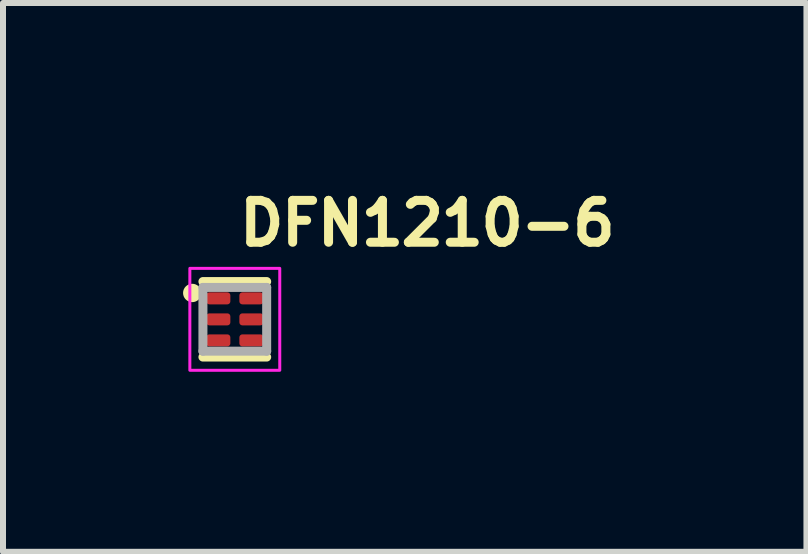
<source format=kicad_pcb>
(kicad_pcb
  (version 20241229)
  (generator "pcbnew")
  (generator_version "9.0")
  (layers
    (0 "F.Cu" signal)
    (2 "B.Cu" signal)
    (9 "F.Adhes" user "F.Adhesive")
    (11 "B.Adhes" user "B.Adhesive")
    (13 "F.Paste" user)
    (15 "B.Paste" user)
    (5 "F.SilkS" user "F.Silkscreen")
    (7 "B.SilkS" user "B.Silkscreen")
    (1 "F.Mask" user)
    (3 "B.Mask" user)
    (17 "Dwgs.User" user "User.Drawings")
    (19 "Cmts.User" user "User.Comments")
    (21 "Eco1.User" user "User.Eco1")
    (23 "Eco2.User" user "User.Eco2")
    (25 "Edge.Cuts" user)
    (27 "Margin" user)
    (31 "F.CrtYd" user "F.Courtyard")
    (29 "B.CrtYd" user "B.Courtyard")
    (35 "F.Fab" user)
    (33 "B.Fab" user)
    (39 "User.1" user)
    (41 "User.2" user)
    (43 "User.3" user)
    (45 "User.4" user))
  (footprint "DFN1210-6"
    (layer "F.Cu")
    (at 0.863 2.271)
    (property "Reference" "DFN1210-6" (at 0 -1.6 0) (layer "F.SilkS") (effects (font (size 0.698 0.698) (thickness 0.15)) (justify left)))
    (attr smd)
    (fp_line (start -0.532 -0.63) (end 0.53 -0.63) (stroke (width 0.15) (type solid)) (layer "F.SilkS"))
    (fp_line (start -0.532 0.628) (end 0.53 0.628) (stroke (width 0.15) (type solid)) (layer "F.SilkS"))
    (fp_circle (center -0.71 -0.44) (end -0.65 -0.39) (stroke (width 0.15) (type solid)) (fill yes) (layer "F.SilkS"))
    (fp_rect (start -0.75 -0.85) (end 0.748 0.848) (stroke (width 0.05) (type solid)) (fill no) (layer "F.CrtYd"))
    (fp_line (start -0.532 -0.532) (end 0.53 -0.532) (stroke (width 0.15) (type solid)) (layer "F.Fab"))
    (fp_line (start -0.532 0.53) (end -0.532 -0.532) (stroke (width 0.15) (type solid)) (layer "F.Fab"))
    (fp_line (start 0.53 -0.532) (end 0.53 0.53) (stroke (width 0.15) (type solid)) (layer "F.Fab"))
    (fp_line (start 0.53 0.53) (end -0.532 0.53) (stroke (width 0.15) (type solid)) (layer "F.Fab"))
    (fp_rect (start -0.5 -0.6) (end 0.498 0.598) (stroke (width 0.1) (type solid)) (fill no) (layer "User.5"))
    (fp_line (start -0.5 -0.6) (end -0.5 0.598) (stroke (width 0.02) (type solid)) (layer "User.9"))
    (fp_line (start -0.5 0.598) (end 0.498 0.598) (stroke (width 0.02) (type solid)) (layer "User.9"))
    (fp_line (start -0.094 -0.121) (end -0.074 -0.121) (stroke (width 0.02) (type solid)) (layer "User.9"))
    (fp_line (start -0.094 -0.104) (end -0.094 -0.121) (stroke (width 0.02) (type solid)) (layer "User.9"))
    (fp_line (start -0.094 -0.019) (end -0.012 -0.019) (stroke (width 0.02) (type solid)) (layer "User.9"))
    (fp_line (start -0.094 -0.002) (end -0.094 -0.019) (stroke (width 0.02) (type solid)) (layer "User.9"))
    (fp_line (start -0.094 0.207) (end 0.051 0.207) (stroke (width 0.02) (type solid)) (layer "User.9"))
    (fp_line (start -0.094 0.233) (end -0.094 0.207) (stroke (width 0.02) (type solid)) (layer "User.9"))
    (fp_line (start -0.094 0.316) (end 0.008 0.282) (stroke (width 0.02) (type solid)) (layer "User.9"))
    (fp_line (start -0.094 0.345) (end -0.094 0.316) (stroke (width 0.02) (type solid)) (layer "User.9"))
    (fp_line (start -0.074 -0.121) (end -0.074 -0.104) (stroke (width 0.02) (type solid)) (layer "User.9"))
    (fp_line (start -0.074 -0.104) (end -0.094 -0.104) (stroke (width 0.02) (type solid)) (layer "User.9"))
    (fp_line (start -0.073 0.327) (end 0.051 0.327) (stroke (width 0.02) (type solid)) (layer "User.9"))
    (fp_line (start -0.072 0.226) (end 0.051 0.268) (stroke (width 0.02) (type solid)) (layer "User.9"))
    (fp_line (start -0.058 -0.3) (end -0.056 -0.304) (stroke (width 0.02) (type solid)) (layer "User.9"))
    (fp_line (start -0.058 -0.296) (end -0.058 -0.3) (stroke (width 0.02) (type solid)) (layer "User.9"))
    (fp_line (start -0.058 -0.201) (end -0.056 -0.204) (stroke (width 0.02) (type solid)) (layer "User.9"))
    (fp_line (start -0.058 -0.198) (end -0.058 -0.201) (stroke (width 0.02) (type solid)) (layer "User.9"))
    (fp_line (start -0.058 -0.198) (end -0.058 -0.198) (stroke (width 0.02) (type solid)) (layer "User.9"))
    (fp_line (start -0.058 -0.195) (end -0.058 -0.198) (stroke (width 0.02) (type solid)) (layer "User.9"))
    (fp_line (start -0.058 -0.192) (end -0.058 -0.195) (stroke (width 0.02) (type solid)) (layer "User.9"))
    (fp_line (start -0.058 0.024) (end -0.056 0.022) (stroke (width 0.02) (type solid)) (layer "User.9"))
    (fp_line (start -0.058 0.025) (end -0.058 0.024) (stroke (width 0.02) (type solid)) (layer "User.9"))
    (fp_line (start -0.058 0.026) (end -0.058 0.025) (stroke (width 0.02) (type solid)) (layer "User.9"))
    (fp_line (start -0.058 0.028) (end -0.058 0.026) (stroke (width 0.02) (type solid)) (layer "User.9"))
    (fp_line (start -0.058 0.028) (end -0.058 0.028) (stroke (width 0.02) (type solid)) (layer "User.9"))
    (fp_line (start -0.058 0.029) (end -0.058 0.028) (stroke (width 0.02) (type solid)) (layer "User.9"))
    (fp_line (start -0.058 0.126) (end -0.056 0.124) (stroke (width 0.02) (type solid)) (layer "User.9"))
    (fp_line (start -0.058 0.131) (end -0.058 0.126) (stroke (width 0.02) (type solid)) (layer "User.9"))
    (fp_line (start -0.058 0.134) (end -0.058 0.131) (stroke (width 0.02) (type solid)) (layer "User.9"))
    (fp_line (start -0.058 0.134) (end -0.058 0.134) (stroke (width 0.02) (type solid)) (layer "User.9"))
    (fp_line (start -0.058 0.136) (end -0.058 0.134) (stroke (width 0.02) (type solid)) (layer "User.9"))
    (fp_line (start -0.058 0.137) (end -0.058 0.136) (stroke (width 0.02) (type solid)) (layer "User.9"))
    (fp_line (start -0.058 0.139) (end -0.058 0.137) (stroke (width 0.02) (type solid)) (layer "User.9"))
    (fp_line (start -0.058 0.14) (end -0.058 0.139) (stroke (width 0.02) (type solid)) (layer "User.9"))
    (fp_line (start -0.056 -0.308) (end -0.055 -0.31) (stroke (width 0.02) (type solid)) (layer "User.9"))
    (fp_line (start -0.056 -0.306) (end -0.056 -0.308) (stroke (width 0.02) (type solid)) (layer "User.9"))
    (fp_line (start -0.056 -0.304) (end -0.056 -0.306) (stroke (width 0.02) (type solid)) (layer "User.9"))
    (fp_line (start -0.056 -0.292) (end -0.058 -0.296) (stroke (width 0.02) (type solid)) (layer "User.9"))
    (fp_line (start -0.056 -0.289) (end -0.056 -0.292) (stroke (width 0.02) (type solid)) (layer "User.9"))
    (fp_line (start -0.056 -0.207) (end -0.055 -0.209) (stroke (width 0.02) (type solid)) (layer "User.9"))
    (fp_line (start -0.056 -0.204) (end -0.056 -0.207) (stroke (width 0.02) (type solid)) (layer "User.9"))
    (fp_line (start -0.056 -0.189) (end -0.058 -0.192) (stroke (width 0.02) (type solid)) (layer "User.9"))
    (fp_line (start -0.056 -0.187) (end -0.056 -0.189) (stroke (width 0.02) (type solid)) (layer "User.9"))
    (fp_line (start -0.056 0.02) (end -0.055 0.018) (stroke (width 0.02) (type solid)) (layer "User.9"))
    (fp_line (start -0.056 0.021) (end -0.056 0.02) (stroke (width 0.02) (type solid)) (layer "User.9"))
    (fp_line (start -0.056 0.021) (end -0.056 0.021) (stroke (width 0.02) (type solid)) (layer "User.9"))
    (fp_line (start -0.056 0.022) (end -0.056 0.021) (stroke (width 0.02) (type solid)) (layer "User.9"))
    (fp_line (start -0.056 0.03) (end -0.058 0.029) (stroke (width 0.02) (type solid)) (layer "User.9"))
    (fp_line (start -0.056 0.033) (end -0.056 0.03) (stroke (width 0.02) (type solid)) (layer "User.9"))
    (fp_line (start -0.056 0.034) (end -0.056 0.033) (stroke (width 0.02) (type solid)) (layer "User.9"))
    (fp_line (start -0.056 0.119) (end -0.055 0.118) (stroke (width 0.02) (type solid)) (layer "User.9"))
    (fp_line (start -0.056 0.121) (end -0.056 0.119) (stroke (width 0.02) (type solid)) (layer "User.9"))
    (fp_line (start -0.056 0.124) (end -0.056 0.121) (stroke (width 0.02) (type solid)) (layer "User.9"))
    (fp_line (start -0.056 0.142) (end -0.058 0.14) (stroke (width 0.02) (type solid)) (layer "User.9"))
    (fp_line (start -0.056 0.144) (end -0.056 0.142) (stroke (width 0.02) (type solid)) (layer "User.9"))
    (fp_line (start -0.056 0.144) (end -0.056 0.144) (stroke (width 0.02) (type solid)) (layer "User.9"))
    (fp_line (start -0.056 0.146) (end -0.056 0.144) (stroke (width 0.02) (type solid)) (layer "User.9"))
    (fp_line (start -0.056 0.147) (end -0.056 0.146) (stroke (width 0.02) (type solid)) (layer "User.9"))
    (fp_line (start -0.055 -0.311) (end -0.054 -0.313) (stroke (width 0.02) (type solid)) (layer "User.9"))
    (fp_line (start -0.055 -0.31) (end -0.055 -0.311) (stroke (width 0.02) (type solid)) (layer "User.9"))
    (fp_line (start -0.055 -0.286) (end -0.056 -0.289) (stroke (width 0.02) (type solid)) (layer "User.9"))
    (fp_line (start -0.055 -0.209) (end -0.054 -0.212) (stroke (width 0.02) (type solid)) (layer "User.9"))
    (fp_line (start -0.055 -0.185) (end -0.056 -0.187) (stroke (width 0.02) (type solid)) (layer "User.9"))
    (fp_line (start -0.055 -0.183) (end -0.055 -0.185) (stroke (width 0.02) (type solid)) (layer "User.9"))
    (fp_line (start -0.055 0.016) (end -0.054 0.014) (stroke (width 0.02) (type solid)) (layer "User.9"))
    (fp_line (start -0.055 0.017) (end -0.055 0.016) (stroke (width 0.02) (type solid)) (layer "User.9"))
    (fp_line (start -0.055 0.018) (end -0.055 0.017) (stroke (width 0.02) (type solid)) (layer "User.9"))
    (fp_line (start -0.055 0.035) (end -0.056 0.034) (stroke (width 0.02) (type solid)) (layer "User.9"))
    (fp_line (start -0.055 0.036) (end -0.055 0.035) (stroke (width 0.02) (type solid)) (layer "User.9"))
    (fp_line (start -0.055 0.036) (end -0.055 0.036) (stroke (width 0.02) (type solid)) (layer "User.9"))
    (fp_line (start -0.055 0.115) (end -0.054 0.114) (stroke (width 0.02) (type solid)) (layer "User.9"))
    (fp_line (start -0.055 0.117) (end -0.055 0.115) (stroke (width 0.02) (type solid)) (layer "User.9"))
    (fp_line (start -0.055 0.118) (end -0.055 0.117) (stroke (width 0.02) (type solid)) (layer "User.9"))
    (fp_line (start -0.055 0.149) (end -0.056 0.147) (stroke (width 0.02) (type solid)) (layer "User.9"))
    (fp_line (start -0.055 0.15) (end -0.055 0.149) (stroke (width 0.02) (type solid)) (layer "User.9"))
    (fp_line (start -0.055 0.151) (end -0.055 0.15) (stroke (width 0.02) (type solid)) (layer "User.9"))
    (fp_line (start -0.054 -0.347) (end 0.036 -0.347) (stroke (width 0.02) (type solid)) (layer "User.9"))
    (fp_line (start -0.054 -0.331) (end -0.054 -0.347) (stroke (width 0.02) (type solid)) (layer "User.9"))
    (fp_line (start -0.054 -0.315) (end -0.053 -0.317) (stroke (width 0.02) (type solid)) (layer "User.9"))
    (fp_line (start -0.054 -0.313) (end -0.054 -0.315) (stroke (width 0.02) (type solid)) (layer "User.9"))
    (fp_line (start -0.054 -0.212) (end -0.053 -0.215) (stroke (width 0.02) (type solid)) (layer "User.9"))
    (fp_line (start -0.054 -0.182) (end -0.055 -0.183) (stroke (width 0.02) (type solid)) (layer "User.9"))
    (fp_line (start -0.054 -0.181) (end -0.054 -0.182) (stroke (width 0.02) (type solid)) (layer "User.9"))
    (fp_line (start -0.054 -0.165) (end -0.04 -0.165) (stroke (width 0.02) (type solid)) (layer "User.9"))
    (fp_line (start -0.054 -0.148) (end -0.054 -0.165) (stroke (width 0.02) (type solid)) (layer "User.9"))
    (fp_line (start -0.054 -0.121) (end 0.051 -0.121) (stroke (width 0.02) (type solid)) (layer "User.9"))
    (fp_line (start -0.054 -0.104) (end -0.054 -0.121) (stroke (width 0.02) (type solid)) (layer "User.9"))
    (fp_line (start -0.054 -0.086) (end -0.015 -0.044) (stroke (width 0.02) (type solid)) (layer "User.9"))
    (fp_line (start -0.054 -0.062) (end -0.054 -0.086) (stroke (width 0.02) (type solid)) (layer "User.9"))
    (fp_line (start -0.054 0.014) (end -0.054 0.014) (stroke (width 0.02) (type solid)) (layer "User.9"))
    (fp_line (start -0.054 0.014) (end -0.053 0.013) (stroke (width 0.02) (type solid)) (layer "User.9"))
    (fp_line (start -0.054 0.036) (end -0.055 0.036) (stroke (width 0.02) (type solid)) (layer "User.9"))
    (fp_line (start -0.054 0.037) (end -0.054 0.036) (stroke (width 0.02) (type solid)) (layer "User.9"))
    (fp_line (start -0.054 0.05) (end -0.039 0.05) (stroke (width 0.02) (type solid)) (layer "User.9"))
    (fp_line (start -0.054 0.066) (end -0.054 0.05) (stroke (width 0.02) (type solid)) (layer "User.9"))
    (fp_line (start -0.054 0.112) (end -0.054 0.112) (stroke (width 0.02) (type solid)) (layer "User.9"))
    (fp_line (start -0.054 0.112) (end -0.053 0.11) (stroke (width 0.02) (type solid)) (layer "User.9"))
    (fp_line (start -0.054 0.113) (end -0.054 0.112) (stroke (width 0.02) (type solid)) (layer "User.9"))
    (fp_line (start -0.054 0.114) (end -0.054 0.113) (stroke (width 0.02) (type solid)) (layer "User.9"))
    (fp_line (start -0.054 0.153) (end -0.055 0.151) (stroke (width 0.02) (type solid)) (layer "User.9"))
    (fp_line (start -0.054 0.154) (end -0.054 0.153) (stroke (width 0.02) (type solid)) (layer "User.9"))
    (fp_line (start -0.054 0.155) (end -0.054 0.154) (stroke (width 0.02) (type solid)) (layer "User.9"))
    (fp_line (start -0.053 -0.319) (end -0.052 -0.32) (stroke (width 0.02) (type solid)) (layer "User.9"))
    (fp_line (start -0.053 -0.317) (end -0.053 -0.319) (stroke (width 0.02) (type solid)) (layer "User.9"))
    (fp_line (start -0.053 -0.283) (end -0.055 -0.286) (stroke (width 0.02) (type solid)) (layer "User.9"))
    (fp_line (start -0.053 -0.281) (end -0.053 -0.283) (stroke (width 0.02) (type solid)) (layer "User.9"))
    (fp_line (start -0.053 -0.279) (end -0.053 -0.281) (stroke (width 0.02) (type solid)) (layer "User.9"))
    (fp_line (start -0.053 -0.218) (end -0.051 -0.22) (stroke (width 0.02) (type solid)) (layer "User.9"))
    (fp_line (start -0.053 -0.215) (end -0.053 -0.218) (stroke (width 0.02) (type solid)) (layer "User.9"))
    (fp_line (start -0.053 -0.18) (end -0.054 -0.181) (stroke (width 0.02) (type solid)) (layer "User.9"))
    (fp_line (start -0.053 -0.179) (end -0.053 -0.18) (stroke (width 0.02) (type solid)) (layer "User.9"))
    (fp_line (start -0.053 -0.178) (end -0.053 -0.179) (stroke (width 0.02) (type solid)) (layer "User.9"))
    (fp_line (start -0.053 -0.177) (end -0.053 -0.178) (stroke (width 0.02) (type solid)) (layer "User.9"))
    (fp_line (start -0.053 0.01) (end -0.052 0.01) (stroke (width 0.02) (type solid)) (layer "User.9"))
    (fp_line (start -0.053 0.012) (end -0.053 0.01) (stroke (width 0.02) (type solid)) (layer "User.9"))
    (fp_line (start -0.053 0.013) (end -0.053 0.012) (stroke (width 0.02) (type solid)) (layer "User.9"))
    (fp_line (start -0.053 0.037) (end -0.054 0.037) (stroke (width 0.02) (type solid)) (layer "User.9"))
    (fp_line (start -0.053 0.038) (end -0.053 0.037) (stroke (width 0.02) (type solid)) (layer "User.9"))
    (fp_line (start -0.053 0.04) (end -0.053 0.038) (stroke (width 0.02) (type solid)) (layer "User.9"))
    (fp_line (start -0.053 0.04) (end -0.053 0.04) (stroke (width 0.02) (type solid)) (layer "User.9"))
    (fp_line (start -0.053 0.107) (end -0.052 0.106) (stroke (width 0.02) (type solid)) (layer "User.9"))
    (fp_line (start -0.053 0.108) (end -0.053 0.107) (stroke (width 0.02) (type solid)) (layer "User.9"))
    (fp_line (start -0.053 0.109) (end -0.053 0.108) (stroke (width 0.02) (type solid)) (layer "User.9"))
    (fp_line (start -0.053 0.11) (end -0.053 0.109) (stroke (width 0.02) (type solid)) (layer "User.9"))
    (fp_line (start -0.053 0.157) (end -0.054 0.155) (stroke (width 0.02) (type solid)) (layer "User.9"))
    (fp_line (start -0.053 0.157) (end -0.053 0.157) (stroke (width 0.02) (type solid)) (layer "User.9"))
    (fp_line (start -0.053 0.16) (end -0.053 0.157) (stroke (width 0.02) (type solid)) (layer "User.9"))
    (fp_line (start -0.052 -0.32) (end -0.051 -0.323) (stroke (width 0.02) (type solid)) (layer "User.9"))
    (fp_line (start -0.052 -0.278) (end -0.053 -0.279) (stroke (width 0.02) (type solid)) (layer "User.9"))
    (fp_line (start -0.052 -0.176) (end -0.053 -0.177) (stroke (width 0.02) (type solid)) (layer "User.9"))
    (fp_line (start -0.052 -0.176) (end -0.052 -0.176) (stroke (width 0.02) (type solid)) (layer "User.9"))
    (fp_line (start -0.052 0.01) (end -0.036 0.016) (stroke (width 0.02) (type solid)) (layer "User.9"))
    (fp_line (start -0.052 0.042) (end -0.053 0.04) (stroke (width 0.02) (type solid)) (layer "User.9"))
    (fp_line (start -0.052 0.104) (end -0.051 0.104) (stroke (width 0.02) (type solid)) (layer "User.9"))
    (fp_line (start -0.052 0.105) (end -0.052 0.104) (stroke (width 0.02) (type solid)) (layer "User.9"))
    (fp_line (start -0.052 0.106) (end -0.052 0.105) (stroke (width 0.02) (type solid)) (layer "User.9"))
    (fp_line (start -0.052 0.163) (end -0.053 0.16) (stroke (width 0.02) (type solid)) (layer "User.9"))
    (fp_line (start -0.051 -0.323) (end -0.05 -0.324) (stroke (width 0.02) (type solid)) (layer "User.9"))
    (fp_line (start -0.051 -0.276) (end -0.052 -0.278) (stroke (width 0.02) (type solid)) (layer "User.9"))
    (fp_line (start -0.051 -0.276) (end -0.051 -0.276) (stroke (width 0.02) (type solid)) (layer "User.9"))
    (fp_line (start -0.051 -0.221) (end -0.05 -0.222) (stroke (width 0.02) (type solid)) (layer "User.9"))
    (fp_line (start -0.051 -0.22) (end -0.051 -0.221) (stroke (width 0.02) (type solid)) (layer "User.9"))
    (fp_line (start -0.051 -0.175) (end -0.052 -0.176) (stroke (width 0.02) (type solid)) (layer "User.9"))
    (fp_line (start -0.051 0.043) (end -0.052 0.042) (stroke (width 0.02) (type solid)) (layer "User.9"))
    (fp_line (start -0.051 0.104) (end -0.051 0.104) (stroke (width 0.02) (type solid)) (layer "User.9"))
    (fp_line (start -0.051 0.104) (end -0.05 0.103) (stroke (width 0.02) (type solid)) (layer "User.9"))
    (fp_line (start -0.051 0.165) (end -0.052 0.163) (stroke (width 0.02) (type solid)) (layer "User.9"))
    (fp_line (start -0.05 -0.324) (end -0.048 -0.326) (stroke (width 0.02) (type solid)) (layer "User.9"))
    (fp_line (start -0.05 -0.222) (end -0.048 -0.224) (stroke (width 0.02) (type solid)) (layer "User.9"))
    (fp_line (start -0.05 -0.174) (end -0.051 -0.175) (stroke (width 0.02) (type solid)) (layer "User.9"))
    (fp_line (start -0.05 -0.173) (end -0.05 -0.174) (stroke (width 0.02) (type solid)) (layer "User.9"))
    (fp_line (start -0.05 0.103) (end -0.05 0.103) (stroke (width 0.02) (type solid)) (layer "User.9"))
    (fp_line (start -0.05 0.103) (end -0.048 0.102) (stroke (width 0.02) (type solid)) (layer "User.9"))
    (fp_line (start -0.05 0.167) (end -0.051 0.165) (stroke (width 0.02) (type solid)) (layer "User.9"))
    (fp_line (start -0.048 -0.326) (end -0.046 -0.327) (stroke (width 0.02) (type solid)) (layer "User.9"))
    (fp_line (start -0.048 -0.274) (end -0.051 -0.276) (stroke (width 0.02) (type solid)) (layer "User.9"))
    (fp_line (start -0.048 -0.224) (end -0.047 -0.226) (stroke (width 0.02) (type solid)) (layer "User.9"))
    (fp_line (start -0.048 -0.172) (end -0.05 -0.173) (stroke (width 0.02) (type solid)) (layer "User.9"))
    (fp_line (start -0.048 0.043) (end -0.051 0.043) (stroke (width 0.02) (type solid)) (layer "User.9"))
    (fp_line (start -0.048 0.102) (end -0.047 0.101) (stroke (width 0.02) (type solid)) (layer "User.9"))
    (fp_line (start -0.047 -0.226) (end -0.046 -0.227) (stroke (width 0.02) (type solid)) (layer "User.9"))
    (fp_line (start -0.047 -0.171) (end -0.048 -0.172) (stroke (width 0.02) (type solid)) (layer "User.9"))
    (fp_line (start -0.047 0.044) (end -0.048 0.043) (stroke (width 0.02) (type solid)) (layer "User.9"))
    (fp_line (start -0.047 0.101) (end -0.047 0.101) (stroke (width 0.02) (type solid)) (layer "User.9"))
    (fp_line (start -0.047 0.101) (end -0.046 0.1) (stroke (width 0.02) (type solid)) (layer "User.9"))
    (fp_line (start -0.047 0.169) (end -0.05 0.167) (stroke (width 0.02) (type solid)) (layer "User.9"))
    (fp_line (start -0.046 -0.327) (end -0.045 -0.329) (stroke (width 0.02) (type solid)) (layer "User.9"))
    (fp_line (start -0.046 -0.227) (end -0.045 -0.227) (stroke (width 0.02) (type solid)) (layer "User.9"))
    (fp_line (start -0.046 -0.17) (end -0.047 -0.171) (stroke (width 0.02) (type solid)) (layer "User.9"))
    (fp_line (start -0.046 0.1) (end -0.046 0.1) (stroke (width 0.02) (type solid)) (layer "User.9"))
    (fp_line (start -0.046 0.1) (end -0.046 0.1) (stroke (width 0.02) (type solid)) (layer "User.9"))
    (fp_line (start -0.046 0.1) (end -0.035 0.093) (stroke (width 0.02) (type solid)) (layer "User.9"))
    (fp_line (start -0.046 0.17) (end -0.047 0.169) (stroke (width 0.02) (type solid)) (layer "User.9"))
    (fp_line (start -0.045 -0.329) (end -0.044 -0.33) (stroke (width 0.02) (type solid)) (layer "User.9"))
    (fp_line (start -0.045 -0.271) (end -0.048 -0.274) (stroke (width 0.02) (type solid)) (layer "User.9"))
    (fp_line (start -0.045 -0.227) (end -0.044 -0.228) (stroke (width 0.02) (type solid)) (layer "User.9"))
    (fp_line (start -0.045 -0.169) (end -0.046 -0.17) (stroke (width 0.02) (type solid)) (layer "User.9"))
    (fp_line (start -0.045 0.045) (end -0.047 0.044) (stroke (width 0.02) (type solid)) (layer "User.9"))
    (fp_line (start -0.044 -0.33) (end -0.043 -0.331) (stroke (width 0.02) (type solid)) (layer "User.9"))
    (fp_line (start -0.044 -0.269) (end -0.045 -0.271) (stroke (width 0.02) (type solid)) (layer "User.9"))
    (fp_line (start -0.044 -0.228) (end -0.043 -0.229) (stroke (width 0.02) (type solid)) (layer "User.9"))
    (fp_line (start -0.044 -0.168) (end -0.045 -0.169) (stroke (width 0.02) (type solid)) (layer "User.9"))
    (fp_line (start -0.044 0.046) (end -0.045 0.045) (stroke (width 0.02) (type solid)) (layer "User.9"))
    (fp_line (start -0.044 0.172) (end -0.046 0.17) (stroke (width 0.02) (type solid)) (layer "User.9"))
    (fp_line (start -0.043 -0.331) (end -0.054 -0.331) (stroke (width 0.02) (type solid)) (layer "User.9"))
    (fp_line (start -0.043 -0.307) (end -0.043 -0.305) (stroke (width 0.02) (type solid)) (layer "User.9"))
    (fp_line (start -0.043 -0.305) (end -0.043 -0.304) (stroke (width 0.02) (type solid)) (layer "User.9"))
    (fp_line (start -0.043 -0.304) (end -0.043 -0.302) (stroke (width 0.02) (type solid)) (layer "User.9"))
    (fp_line (start -0.043 -0.302) (end -0.043 -0.301) (stroke (width 0.02) (type solid)) (layer "User.9"))
    (fp_line (start -0.043 -0.301) (end -0.043 -0.301) (stroke (width 0.02) (type solid)) (layer "User.9"))
    (fp_line (start -0.043 -0.301) (end -0.043 -0.299) (stroke (width 0.02) (type solid)) (layer "User.9"))
    (fp_line (start -0.043 -0.299) (end -0.043 -0.298) (stroke (width 0.02) (type solid)) (layer "User.9"))
    (fp_line (start -0.043 -0.298) (end -0.043 -0.296) (stroke (width 0.02) (type solid)) (layer "User.9"))
    (fp_line (start -0.043 -0.296) (end -0.043 -0.295) (stroke (width 0.02) (type solid)) (layer "User.9"))
    (fp_line (start -0.043 -0.295) (end -0.042 -0.294) (stroke (width 0.02) (type solid)) (layer "User.9"))
    (fp_line (start -0.043 -0.229) (end -0.042 -0.23) (stroke (width 0.02) (type solid)) (layer "User.9"))
    (fp_line (start -0.043 -0.194) (end -0.043 -0.194) (stroke (width 0.02) (type solid)) (layer "User.9"))
    (fp_line (start -0.043 -0.194) (end -0.042 -0.191) (stroke (width 0.02) (type solid)) (layer "User.9"))
    (fp_line (start -0.043 -0.166) (end -0.044 -0.168) (stroke (width 0.02) (type solid)) (layer "User.9"))
    (fp_line (start -0.043 0.128) (end -0.043 0.13) (stroke (width 0.02) (type solid)) (layer "User.9"))
    (fp_line (start -0.043 0.13) (end -0.043 0.131) (stroke (width 0.02) (type solid)) (layer "User.9"))
    (fp_line (start -0.043 0.131) (end -0.043 0.133) (stroke (width 0.02) (type solid)) (layer "User.9"))
    (fp_line (start -0.043 0.133) (end -0.043 0.135) (stroke (width 0.02) (type solid)) (layer "User.9"))
    (fp_line (start -0.043 0.135) (end -0.043 0.136) (stroke (width 0.02) (type solid)) (layer "User.9"))
    (fp_line (start -0.043 0.136) (end -0.043 0.136) (stroke (width 0.02) (type solid)) (layer "User.9"))
    (fp_line (start -0.043 0.136) (end -0.043 0.139) (stroke (width 0.02) (type solid)) (layer "User.9"))
    (fp_line (start -0.043 0.139) (end -0.043 0.142) (stroke (width 0.02) (type solid)) (layer "User.9"))
    (fp_line (start -0.043 0.142) (end -0.043 0.143) (stroke (width 0.02) (type solid)) (layer "User.9"))
    (fp_line (start -0.043 0.143) (end -0.043 0.144) (stroke (width 0.02) (type solid)) (layer "User.9"))
    (fp_line (start -0.043 0.144) (end -0.043 0.144) (stroke (width 0.02) (type solid)) (layer "User.9"))
    (fp_line (start -0.043 0.144) (end -0.043 0.146) (stroke (width 0.02) (type solid)) (layer "User.9"))
    (fp_line (start -0.043 0.146) (end -0.042 0.147) (stroke (width 0.02) (type solid)) (layer "User.9"))
    (fp_line (start -0.043 0.174) (end -0.044 0.172) (stroke (width 0.02) (type solid)) (layer "User.9"))
    (fp_line (start -0.042 -0.309) (end -0.042 -0.308) (stroke (width 0.02) (type solid)) (layer "User.9"))
    (fp_line (start -0.042 -0.308) (end -0.043 -0.307) (stroke (width 0.02) (type solid)) (layer "User.9"))
    (fp_line (start -0.042 -0.294) (end -0.042 -0.292) (stroke (width 0.02) (type solid)) (layer "User.9"))
    (fp_line (start -0.042 -0.292) (end -0.04 -0.291) (stroke (width 0.02) (type solid)) (layer "User.9"))
    (fp_line (start -0.042 -0.267) (end -0.044 -0.269) (stroke (width 0.02) (type solid)) (layer "User.9"))
    (fp_line (start -0.042 -0.23) (end -0.04 -0.231) (stroke (width 0.02) (type solid)) (layer "User.9"))
    (fp_line (start -0.042 -0.2) (end -0.042 -0.199) (stroke (width 0.02) (type solid)) (layer "User.9"))
    (fp_line (start -0.042 -0.199) (end -0.042 -0.198) (stroke (width 0.02) (type solid)) (layer "User.9"))
    (fp_line (start -0.042 -0.198) (end -0.042 -0.196) (stroke (width 0.02) (type solid)) (layer "User.9"))
    (fp_line (start -0.042 -0.196) (end -0.043 -0.194) (stroke (width 0.02) (type solid)) (layer "User.9"))
    (fp_line (start -0.042 -0.191) (end -0.042 -0.188) (stroke (width 0.02) (type solid)) (layer "User.9"))
    (fp_line (start -0.042 -0.188) (end -0.04 -0.185) (stroke (width 0.02) (type solid)) (layer "User.9"))
    (fp_line (start -0.042 0.049) (end -0.044 0.046) (stroke (width 0.02) (type solid)) (layer "User.9"))
    (fp_line (start -0.042 0.123) (end -0.042 0.125) (stroke (width 0.02) (type solid)) (layer "User.9"))
    (fp_line (start -0.042 0.125) (end -0.042 0.126) (stroke (width 0.02) (type solid)) (layer "User.9"))
    (fp_line (start -0.042 0.126) (end -0.043 0.128) (stroke (width 0.02) (type solid)) (layer "User.9"))
    (fp_line (start -0.042 0.147) (end -0.042 0.148) (stroke (width 0.02) (type solid)) (layer "User.9"))
    (fp_line (start -0.042 0.148) (end -0.042 0.149) (stroke (width 0.02) (type solid)) (layer "User.9"))
    (fp_line (start -0.042 0.149) (end -0.04 0.15) (stroke (width 0.02) (type solid)) (layer "User.9"))
    (fp_line (start -0.04 -0.312) (end -0.04 -0.311) (stroke (width 0.02) (type solid)) (layer "User.9"))
    (fp_line (start -0.04 -0.311) (end -0.042 -0.309) (stroke (width 0.02) (type solid)) (layer "User.9"))
    (fp_line (start -0.04 -0.291) (end -0.04 -0.29) (stroke (width 0.02) (type solid)) (layer "User.9"))
    (fp_line (start -0.04 -0.29) (end -0.039 -0.289) (stroke (width 0.02) (type solid)) (layer "User.9"))
    (fp_line (start -0.04 -0.231) (end -0.038 -0.231) (stroke (width 0.02) (type solid)) (layer "User.9"))
    (fp_line (start -0.04 -0.204) (end -0.04 -0.203) (stroke (width 0.02) (type solid)) (layer "User.9"))
    (fp_line (start -0.04 -0.203) (end -0.04 -0.202) (stroke (width 0.02) (type solid)) (layer "User.9"))
    (fp_line (start -0.04 -0.202) (end -0.042 -0.2) (stroke (width 0.02) (type solid)) (layer "User.9"))
    (fp_line (start -0.04 -0.185) (end -0.04 -0.184) (stroke (width 0.02) (type solid)) (layer "User.9"))
    (fp_line (start -0.04 -0.184) (end -0.04 -0.183) (stroke (width 0.02) (type solid)) (layer "User.9"))
    (fp_line (start -0.04 -0.183) (end -0.039 -0.182) (stroke (width 0.02) (type solid)) (layer "User.9"))
    (fp_line (start -0.04 -0.165) (end -0.043 -0.166) (stroke (width 0.02) (type solid)) (layer "User.9"))
    (fp_line (start -0.04 0.121) (end -0.04 0.122) (stroke (width 0.02) (type solid)) (layer "User.9"))
    (fp_line (start -0.04 0.122) (end -0.042 0.123) (stroke (width 0.02) (type solid)) (layer "User.9"))
    (fp_line (start -0.04 0.15) (end -0.04 0.151) (stroke (width 0.02) (type solid)) (layer "User.9"))
    (fp_line (start -0.04 0.151) (end -0.039 0.152) (stroke (width 0.02) (type solid)) (layer "User.9"))
    (fp_line (start -0.04 0.175) (end -0.043 0.174) (stroke (width 0.02) (type solid)) (layer "User.9"))
    (fp_line (start -0.039 -0.313) (end -0.04 -0.312) (stroke (width 0.02) (type solid)) (layer "User.9"))
    (fp_line (start -0.039 -0.289) (end -0.038 -0.288) (stroke (width 0.02) (type solid)) (layer "User.9"))
    (fp_line (start -0.039 -0.205) (end -0.04 -0.204) (stroke (width 0.02) (type solid)) (layer "User.9"))
    (fp_line (start -0.039 -0.182) (end -0.039 -0.18) (stroke (width 0.02) (type solid)) (layer "User.9"))
    (fp_line (start -0.039 -0.18) (end -0.038 -0.179) (stroke (width 0.02) (type solid)) (layer "User.9"))
    (fp_line (start -0.039 0.05) (end -0.042 0.049) (stroke (width 0.02) (type solid)) (layer "User.9"))
    (fp_line (start -0.039 0.119) (end -0.039 0.12) (stroke (width 0.02) (type solid)) (layer "User.9"))
    (fp_line (start -0.039 0.12) (end -0.04 0.121) (stroke (width 0.02) (type solid)) (layer "User.9"))
    (fp_line (start -0.039 0.152) (end -0.039 0.153) (stroke (width 0.02) (type solid)) (layer "User.9"))
    (fp_line (start -0.039 0.153) (end -0.038 0.154) (stroke (width 0.02) (type solid)) (layer "User.9"))
    (fp_line (start -0.039 0.175) (end -0.04 0.175) (stroke (width 0.02) (type solid)) (layer "User.9"))
    (fp_line (start -0.038 -0.316) (end -0.038 -0.315) (stroke (width 0.02) (type solid)) (layer "User.9"))
    (fp_line (start -0.038 -0.315) (end -0.039 -0.313) (stroke (width 0.02) (type solid)) (layer "User.9"))
    (fp_line (start -0.038 -0.288) (end -0.038 -0.287) (stroke (width 0.02) (type solid)) (layer "User.9"))
    (fp_line (start -0.038 -0.287) (end -0.037 -0.286) (stroke (width 0.02) (type solid)) (layer "User.9"))
    (fp_line (start -0.038 -0.265) (end -0.042 -0.267) (stroke (width 0.02) (type solid)) (layer "User.9"))
    (fp_line (start -0.038 -0.231) (end -0.037 -0.232) (stroke (width 0.02) (type solid)) (layer "User.9"))
    (fp_line (start -0.038 -0.207) (end -0.038 -0.206) (stroke (width 0.02) (type solid)) (layer "User.9"))
    (fp_line (start -0.038 -0.206) (end -0.039 -0.205) (stroke (width 0.02) (type solid)) (layer "User.9"))
    (fp_line (start -0.038 -0.179) (end -0.038 -0.178) (stroke (width 0.02) (type solid)) (layer "User.9"))
    (fp_line (start -0.038 -0.178) (end -0.037 -0.177) (stroke (width 0.02) (type solid)) (layer "User.9"))
    (fp_line (start -0.038 0.021) (end -0.038 0.022) (stroke (width 0.02) (type solid)) (layer "User.9"))
    (fp_line (start -0.038 0.022) (end -0.038 0.025) (stroke (width 0.02) (type solid)) (layer "User.9"))
    (fp_line (start -0.038 0.025) (end -0.038 0.026) (stroke (width 0.02) (type solid)) (layer "User.9"))
    (fp_line (start -0.038 0.026) (end -0.038 0.028) (stroke (width 0.02) (type solid)) (layer "User.9"))
    (fp_line (start -0.038 0.028) (end -0.038 0.029) (stroke (width 0.02) (type solid)) (layer "User.9"))
    (fp_line (start -0.038 0.029) (end -0.038 0.03) (stroke (width 0.02) (type solid)) (layer "User.9"))
    (fp_line (start -0.038 0.03) (end -0.038 0.032) (stroke (width 0.02) (type solid)) (layer "User.9"))
    (fp_line (start -0.038 0.032) (end -0.038 0.033) (stroke (width 0.02) (type solid)) (layer "User.9"))
    (fp_line (start -0.038 0.033) (end -0.037 0.035) (stroke (width 0.02) (type solid)) (layer "User.9"))
    (fp_line (start -0.038 0.118) (end -0.038 0.119) (stroke (width 0.02) (type solid)) (layer "User.9"))
    (fp_line (start -0.038 0.119) (end -0.039 0.119) (stroke (width 0.02) (type solid)) (layer "User.9"))
    (fp_line (start -0.038 0.154) (end -0.037 0.154) (stroke (width 0.02) (type solid)) (layer "User.9"))
    (fp_line (start -0.037 -0.318) (end -0.037 -0.317) (stroke (width 0.02) (type solid)) (layer "User.9"))
    (fp_line (start -0.037 -0.317) (end -0.038 -0.316) (stroke (width 0.02) (type solid)) (layer "User.9"))
    (fp_line (start -0.037 -0.286) (end -0.037 -0.285) (stroke (width 0.02) (type solid)) (layer "User.9"))
    (fp_line (start -0.037 -0.285) (end -0.036 -0.284) (stroke (width 0.02) (type solid)) (layer "User.9"))
    (fp_line (start -0.037 -0.232) (end -0.037 -0.232) (stroke (width 0.02) (type solid)) (layer "User.9"))
    (fp_line (start -0.037 -0.232) (end -0.035 -0.233) (stroke (width 0.02) (type solid)) (layer "User.9"))
    (fp_line (start -0.037 -0.209) (end -0.037 -0.209) (stroke (width 0.02) (type solid)) (layer "User.9"))
    (fp_line (start -0.037 -0.209) (end -0.037 -0.208) (stroke (width 0.02) (type solid)) (layer "User.9"))
    (fp_line (start -0.037 -0.208) (end -0.038 -0.207) (stroke (width 0.02) (type solid)) (layer "User.9"))
    (fp_line (start -0.037 -0.177) (end -0.037 -0.176) (stroke (width 0.02) (type solid)) (layer "User.9"))
    (fp_line (start -0.037 -0.176) (end -0.036 -0.176) (stroke (width 0.02) (type solid)) (layer "User.9"))
    (fp_line (start -0.037 0.017) (end -0.037 0.018) (stroke (width 0.02) (type solid)) (layer "User.9"))
    (fp_line (start -0.037 0.018) (end -0.037 0.02) (stroke (width 0.02) (type solid)) (layer "User.9"))
    (fp_line (start -0.037 0.02) (end -0.038 0.021) (stroke (width 0.02) (type solid)) (layer "User.9"))
    (fp_line (start -0.037 0.035) (end -0.037 0.036) (stroke (width 0.02) (type solid)) (layer "User.9"))
    (fp_line (start -0.037 0.036) (end -0.037 0.036) (stroke (width 0.02) (type solid)) (layer "User.9"))
    (fp_line (start -0.037 0.036) (end -0.036 0.038) (stroke (width 0.02) (type solid)) (layer "User.9"))
    (fp_line (start -0.037 0.115) (end -0.037 0.116) (stroke (width 0.02) (type solid)) (layer "User.9"))
    (fp_line (start -0.037 0.116) (end -0.037 0.116) (stroke (width 0.02) (type solid)) (layer "User.9"))
    (fp_line (start -0.037 0.116) (end -0.037 0.117) (stroke (width 0.02) (type solid)) (layer "User.9"))
    (fp_line (start -0.037 0.117) (end -0.038 0.118) (stroke (width 0.02) (type solid)) (layer "User.9"))
    (fp_line (start -0.037 0.154) (end -0.037 0.155) (stroke (width 0.02) (type solid)) (layer "User.9"))
    (fp_line (start -0.037 0.155) (end -0.037 0.156) (stroke (width 0.02) (type solid)) (layer "User.9"))
    (fp_line (start -0.037 0.156) (end -0.036 0.157) (stroke (width 0.02) (type solid)) (layer "User.9"))
    (fp_line (start -0.037 0.177) (end -0.039 0.175) (stroke (width 0.02) (type solid)) (layer "User.9"))
    (fp_line (start -0.036 -0.319) (end -0.037 -0.318) (stroke (width 0.02) (type solid)) (layer "User.9"))
    (fp_line (start -0.036 -0.284) (end -0.035 -0.282) (stroke (width 0.02) (type solid)) (layer "User.9"))
    (fp_line (start -0.036 -0.263) (end -0.038 -0.265) (stroke (width 0.02) (type solid)) (layer "User.9"))
    (fp_line (start -0.036 -0.21) (end -0.037 -0.209) (stroke (width 0.02) (type solid)) (layer "User.9"))
    (fp_line (start -0.036 -0.176) (end -0.035 -0.175) (stroke (width 0.02) (type solid)) (layer "User.9"))
    (fp_line (start -0.036 0.016) (end -0.037 0.017) (stroke (width 0.02) (type solid)) (layer "User.9"))
    (fp_line (start -0.036 0.038) (end -0.036 0.038) (stroke (width 0.02) (type solid)) (layer "User.9"))
    (fp_line (start -0.036 0.038) (end -0.034 0.04) (stroke (width 0.02) (type solid)) (layer "User.9"))
    (fp_line (start -0.036 0.115) (end -0.037 0.115) (stroke (width 0.02) (type solid)) (layer "User.9"))
    (fp_line (start -0.036 0.157) (end -0.035 0.157) (stroke (width 0.02) (type solid)) (layer "User.9"))
    (fp_line (start -0.035 -0.32) (end -0.036 -0.319) (stroke (width 0.02) (type solid)) (layer "User.9"))
    (fp_line (start -0.035 -0.282) (end -0.032 -0.281) (stroke (width 0.02) (type solid)) (layer "User.9"))
    (fp_line (start -0.035 -0.233) (end -0.034 -0.233) (stroke (width 0.02) (type solid)) (layer "User.9"))
    (fp_line (start -0.035 -0.211) (end -0.036 -0.21) (stroke (width 0.02) (type solid)) (layer "User.9"))
    (fp_line (start -0.035 -0.175) (end -0.034 -0.174) (stroke (width 0.02) (type solid)) (layer "User.9"))
    (fp_line (start -0.035 0.093) (end -0.035 0.093) (stroke (width 0.02) (type solid)) (layer "User.9"))
    (fp_line (start -0.035 0.093) (end -0.034 0.093) (stroke (width 0.02) (type solid)) (layer "User.9"))
    (fp_line (start -0.035 0.114) (end -0.036 0.115) (stroke (width 0.02) (type solid)) (layer "User.9"))
    (fp_line (start -0.035 0.157) (end -0.034 0.158) (stroke (width 0.02) (type solid)) (layer "User.9"))
    (fp_line (start -0.035 0.178) (end -0.037 0.177) (stroke (width 0.02) (type solid)) (layer "User.9"))
    (fp_line (start -0.034 -0.261) (end -0.036 -0.263) (stroke (width 0.02) (type solid)) (layer "User.9"))
    (fp_line (start -0.034 -0.233) (end -0.031 -0.233) (stroke (width 0.02) (type solid)) (layer "User.9"))
    (fp_line (start -0.034 -0.211) (end -0.035 -0.211) (stroke (width 0.02) (type solid)) (layer "User.9"))
    (fp_line (start -0.034 -0.174) (end -0.032 -0.173) (stroke (width 0.02) (type solid)) (layer "User.9"))
    (fp_line (start -0.034 0.04) (end -0.032 0.041) (stroke (width 0.02) (type solid)) (layer "User.9"))
    (fp_line (start -0.034 0.093) (end -0.032 0.093) (stroke (width 0.02) (type solid)) (layer "User.9"))
    (fp_line (start -0.034 0.113) (end -0.034 0.114) (stroke (width 0.02) (type solid)) (layer "User.9"))
    (fp_line (start -0.034 0.114) (end -0.035 0.114) (stroke (width 0.02) (type solid)) (layer "User.9"))
    (fp_line (start -0.034 0.158) (end -0.032 0.16) (stroke (width 0.02) (type solid)) (layer "User.9"))
    (fp_line (start -0.032 -0.322) (end -0.035 -0.32) (stroke (width 0.02) (type solid)) (layer "User.9"))
    (fp_line (start -0.032 -0.322) (end -0.032 -0.322) (stroke (width 0.02) (type solid)) (layer "User.9"))
    (fp_line (start -0.032 -0.281) (end -0.032 -0.281) (stroke (width 0.02) (type solid)) (layer "User.9"))
    (fp_line (start -0.032 -0.281) (end -0.031 -0.28) (stroke (width 0.02) (type solid)) (layer "User.9"))
    (fp_line (start -0.032 -0.212) (end -0.034 -0.211) (stroke (width 0.02) (type solid)) (layer "User.9"))
    (fp_line (start -0.032 -0.173) (end -0.031 -0.172) (stroke (width 0.02) (type solid)) (layer "User.9"))
    (fp_line (start -0.032 0.041) (end -0.03 0.042) (stroke (width 0.02) (type solid)) (layer "User.9"))
    (fp_line (start -0.032 0.093) (end -0.031 0.093) (stroke (width 0.02) (type solid)) (layer "User.9"))
    (fp_line (start -0.032 0.113) (end -0.034 0.113) (stroke (width 0.02) (type solid)) (layer "User.9"))
    (fp_line (start -0.032 0.16) (end -0.032 0.16) (stroke (width 0.02) (type solid)) (layer "User.9"))
    (fp_line (start -0.032 0.16) (end -0.031 0.161) (stroke (width 0.02) (type solid)) (layer "User.9"))
    (fp_line (start -0.032 0.178) (end -0.035 0.178) (stroke (width 0.02) (type solid)) (layer "User.9"))
    (fp_line (start -0.031 -0.323) (end -0.032 -0.322) (stroke (width 0.02) (type solid)) (layer "User.9"))
    (fp_line (start -0.031 -0.28) (end -0.03 -0.279) (stroke (width 0.02) (type solid)) (layer "User.9"))
    (fp_line (start -0.031 -0.233) (end -0.031 -0.233) (stroke (width 0.02) (type solid)) (layer "User.9"))
    (fp_line (start -0.031 -0.233) (end -0.03 -0.233) (stroke (width 0.02) (type solid)) (layer "User.9"))
    (fp_line (start -0.031 -0.213) (end -0.032 -0.212) (stroke (width 0.02) (type solid)) (layer "User.9"))
    (fp_line (start -0.031 -0.172) (end -0.03 -0.171) (stroke (width 0.02) (type solid)) (layer "User.9"))
    (fp_line (start -0.031 0.093) (end -0.03 0.093) (stroke (width 0.02) (type solid)) (layer "User.9"))
    (fp_line (start -0.031 0.112) (end -0.032 0.113) (stroke (width 0.02) (type solid)) (layer "User.9"))
    (fp_line (start -0.031 0.161) (end -0.03 0.161) (stroke (width 0.02) (type solid)) (layer "User.9"))
    (fp_line (start -0.03 -0.324) (end -0.031 -0.323) (stroke (width 0.02) (type solid)) (layer "User.9"))
    (fp_line (start -0.03 -0.279) (end -0.03 -0.279) (stroke (width 0.02) (type solid)) (layer "User.9"))
    (fp_line (start -0.03 -0.279) (end -0.027 -0.278) (stroke (width 0.02) (type solid)) (layer "User.9"))
    (fp_line (start -0.03 -0.26) (end -0.034 -0.261) (stroke (width 0.02) (type solid)) (layer "User.9"))
    (fp_line (start -0.03 -0.233) (end -0.028 -0.234) (stroke (width 0.02) (type solid)) (layer "User.9"))
    (fp_line (start -0.03 -0.214) (end -0.03 -0.213) (stroke (width 0.02) (type solid)) (layer "User.9"))
    (fp_line (start -0.03 -0.213) (end -0.031 -0.213) (stroke (width 0.02) (type solid)) (layer "User.9"))
    (fp_line (start -0.03 -0.171) (end -0.028 -0.17) (stroke (width 0.02) (type solid)) (layer "User.9"))
    (fp_line (start -0.03 0.042) (end -0.028 0.043) (stroke (width 0.02) (type solid)) (layer "User.9"))
    (fp_line (start -0.03 0.093) (end -0.027 0.092) (stroke (width 0.02) (type solid)) (layer "User.9"))
    (fp_line (start -0.03 0.112) (end -0.031 0.112) (stroke (width 0.02) (type solid)) (layer "User.9"))
    (fp_line (start -0.03 0.112) (end -0.03 0.112) (stroke (width 0.02) (type solid)) (layer "User.9"))
    (fp_line (start -0.03 0.161) (end -0.028 0.162) (stroke (width 0.02) (type solid)) (layer "User.9"))
    (fp_line (start -0.03 0.179) (end -0.032 0.178) (stroke (width 0.02) (type solid)) (layer "User.9"))
    (fp_line (start -0.028 -0.325) (end -0.03 -0.324) (stroke (width 0.02) (type solid)) (layer "User.9"))
    (fp_line (start -0.028 -0.234) (end -0.027 -0.234) (stroke (width 0.02) (type solid)) (layer "User.9"))
    (fp_line (start -0.028 -0.214) (end -0.03 -0.214) (stroke (width 0.02) (type solid)) (layer "User.9"))
    (fp_line (start -0.028 -0.17) (end -0.027 -0.17) (stroke (width 0.02) (type solid)) (layer "User.9"))
    (fp_line (start -0.028 0.043) (end -0.027 0.043) (stroke (width 0.02) (type solid)) (layer "User.9"))
    (fp_line (start -0.028 0.112) (end -0.03 0.112) (stroke (width 0.02) (type solid)) (layer "User.9"))
    (fp_line (start -0.028 0.162) (end -0.027 0.162) (stroke (width 0.02) (type solid)) (layer "User.9"))
    (fp_line (start -0.027 -0.326) (end -0.028 -0.325) (stroke (width 0.02) (type solid)) (layer "User.9"))
    (fp_line (start -0.027 -0.278) (end -0.027 -0.277) (stroke (width 0.02) (type solid)) (layer "User.9"))
    (fp_line (start -0.027 -0.277) (end -0.024 -0.276) (stroke (width 0.02) (type solid)) (layer "User.9"))
    (fp_line (start -0.027 -0.259) (end -0.03 -0.26) (stroke (width 0.02) (type solid)) (layer "User.9"))
    (fp_line (start -0.027 -0.234) (end -0.024 -0.234) (stroke (width 0.02) (type solid)) (layer "User.9"))
    (fp_line (start -0.027 -0.215) (end -0.027 -0.214) (stroke (width 0.02) (type solid)) (layer "User.9"))
    (fp_line (start -0.027 -0.214) (end -0.028 -0.214) (stroke (width 0.02) (type solid)) (layer "User.9"))
    (fp_line (start -0.027 -0.17) (end -0.026 -0.169) (stroke (width 0.02) (type solid)) (layer "User.9"))
    (fp_line (start -0.027 0.043) (end -0.026 0.044) (stroke (width 0.02) (type solid)) (layer "User.9"))
    (fp_line (start -0.027 0.092) (end -0.026 0.092) (stroke (width 0.02) (type solid)) (layer "User.9"))
    (fp_line (start -0.027 0.11) (end -0.028 0.112) (stroke (width 0.02) (type solid)) (layer "User.9"))
    (fp_line (start -0.027 0.11) (end -0.027 0.11) (stroke (width 0.02) (type solid)) (layer "User.9"))
    (fp_line (start -0.027 0.162) (end -0.026 0.163) (stroke (width 0.02) (type solid)) (layer "User.9"))
    (fp_line (start -0.027 0.18) (end -0.03 0.179) (stroke (width 0.02) (type solid)) (layer "User.9"))
    (fp_line (start -0.026 -0.327) (end -0.027 -0.326) (stroke (width 0.02) (type solid)) (layer "User.9"))
    (fp_line (start -0.026 -0.215) (end -0.027 -0.215) (stroke (width 0.02) (type solid)) (layer "User.9"))
    (fp_line (start -0.026 -0.169) (end -0.024 -0.169) (stroke (width 0.02) (type solid)) (layer "User.9"))
    (fp_line (start -0.026 0.044) (end -0.023 0.045) (stroke (width 0.02) (type solid)) (layer "User.9"))
    (fp_line (start -0.026 0.092) (end -0.023 0.092) (stroke (width 0.02) (type solid)) (layer "User.9"))
    (fp_line (start -0.026 0.11) (end -0.027 0.11) (stroke (width 0.02) (type solid)) (layer "User.9"))
    (fp_line (start -0.026 0.163) (end -0.022 0.164) (stroke (width 0.02) (type solid)) (layer "User.9"))
    (fp_line (start -0.024 -0.328) (end -0.026 -0.327) (stroke (width 0.02) (type solid)) (layer "User.9"))
    (fp_line (start -0.024 -0.276) (end -0.022 -0.276) (stroke (width 0.02) (type solid)) (layer "User.9"))
    (fp_line (start -0.024 -0.258) (end -0.027 -0.259) (stroke (width 0.02) (type solid)) (layer "User.9"))
    (fp_line (start -0.024 -0.234) (end -0.022 -0.234) (stroke (width 0.02) (type solid)) (layer "User.9"))
    (fp_line (start -0.024 -0.169) (end -0.022 -0.168) (stroke (width 0.02) (type solid)) (layer "User.9"))
    (fp_line (start -0.024 0.18) (end -0.027 0.18) (stroke (width 0.02) (type solid)) (layer "User.9"))
    (fp_line (start -0.023 0.045) (end -0.022 0.046) (stroke (width 0.02) (type solid)) (layer "User.9"))
    (fp_line (start -0.023 0.092) (end -0.02 0.092) (stroke (width 0.02) (type solid)) (layer "User.9"))
    (fp_line (start -0.023 0.11) (end -0.026 0.11) (stroke (width 0.02) (type solid)) (layer "User.9"))
    (fp_line (start -0.022 -0.328) (end -0.024 -0.328) (stroke (width 0.02) (type solid)) (layer "User.9"))
    (fp_line (start -0.022 -0.276) (end -0.02 -0.275) (stroke (width 0.02) (type solid)) (layer "User.9"))
    (fp_line (start -0.022 -0.234) (end -0.02 -0.234) (stroke (width 0.02) (type solid)) (layer "User.9"))
    (fp_line (start -0.022 -0.215) (end -0.026 -0.215) (stroke (width 0.02) (type solid)) (layer "User.9"))
    (fp_line (start -0.022 -0.168) (end -0.02 -0.168) (stroke (width 0.02) (type solid)) (layer "User.9"))
    (fp_line (start -0.022 0.046) (end -0.019 0.046) (stroke (width 0.02) (type solid)) (layer "User.9"))
    (fp_line (start -0.022 0.11) (end -0.023 0.11) (stroke (width 0.02) (type solid)) (layer "User.9"))
    (fp_line (start -0.022 0.11) (end -0.022 0.11) (stroke (width 0.02) (type solid)) (layer "User.9"))
    (fp_line (start -0.022 0.11) (end -0.022 0.11) (stroke (width 0.02) (type solid)) (layer "User.9"))
    (fp_line (start -0.022 0.164) (end -0.024 0.18) (stroke (width 0.02) (type solid)) (layer "User.9"))
    (fp_line (start -0.02 -0.329) (end -0.022 -0.328) (stroke (width 0.02) (type solid)) (layer "User.9"))
    (fp_line (start -0.02 -0.275) (end -0.019 -0.275) (stroke (width 0.02) (type solid)) (layer "User.9"))
    (fp_line (start -0.02 -0.256) (end -0.024 -0.258) (stroke (width 0.02) (type solid)) (layer "User.9"))
    (fp_line (start -0.02 -0.234) (end -0.018 -0.234) (stroke (width 0.02) (type solid)) (layer "User.9"))
    (fp_line (start -0.02 -0.168) (end -0.019 -0.167) (stroke (width 0.02) (type solid)) (layer "User.9"))
    (fp_line (start -0.02 0.092) (end -0.018 0.092) (stroke (width 0.02) (type solid)) (layer "User.9"))
    (fp_line (start -0.019 -0.329) (end -0.02 -0.329) (stroke (width 0.02) (type solid)) (layer "User.9"))
    (fp_line (start -0.019 -0.275) (end -0.018 -0.274) (stroke (width 0.02) (type solid)) (layer "User.9"))
    (fp_line (start -0.019 -0.215) (end -0.022 -0.215) (stroke (width 0.02) (type solid)) (layer "User.9"))
    (fp_line (start -0.019 -0.167) (end -0.016 -0.167) (stroke (width 0.02) (type solid)) (layer "User.9"))
    (fp_line (start -0.019 0.046) (end -0.018 0.048) (stroke (width 0.02) (type solid)) (layer "User.9"))
    (fp_line (start -0.018 -0.274) (end -0.015 -0.274) (stroke (width 0.02) (type solid)) (layer "User.9"))
    (fp_line (start -0.018 -0.255) (end -0.02 -0.256) (stroke (width 0.02) (type solid)) (layer "User.9"))
    (fp_line (start -0.018 -0.234) (end -0.014 -0.234) (stroke (width 0.02) (type solid)) (layer "User.9"))
    (fp_line (start -0.018 0.048) (end -0.015 0.048) (stroke (width 0.02) (type solid)) (layer "User.9"))
    (fp_line (start -0.018 0.092) (end -0.018 0.092) (stroke (width 0.02) (type solid)) (layer "User.9"))
    (fp_line (start -0.018 0.092) (end 0.007 0.092) (stroke (width 0.02) (type solid)) (layer "User.9"))
    (fp_line (start -0.016 -0.33) (end -0.019 -0.329) (stroke (width 0.02) (type solid)) (layer "User.9"))
    (fp_line (start -0.016 -0.216) (end -0.019 -0.215) (stroke (width 0.02) (type solid)) (layer "User.9"))
    (fp_line (start -0.016 -0.167) (end -0.014 -0.167) (stroke (width 0.02) (type solid)) (layer "User.9"))
    (fp_line (start -0.016 0.11) (end -0.022 0.11) (stroke (width 0.02) (type solid)) (layer "User.9"))
    (fp_line (start -0.015 -0.274) (end -0.014 -0.274) (stroke (width 0.02) (type solid)) (layer "User.9"))
    (fp_line (start -0.015 -0.044) (end 0.051 -0.089) (stroke (width 0.02) (type solid)) (layer "User.9"))
    (fp_line (start -0.015 0.048) (end -0.014 0.048) (stroke (width 0.02) (type solid)) (layer "User.9"))
    (fp_line (start -0.015 0.113) (end -0.016 0.11) (stroke (width 0.02) (type solid)) (layer "User.9"))
    (fp_line (start -0.015 0.115) (end -0.015 0.113) (stroke (width 0.02) (type solid)) (layer "User.9"))
    (fp_line (start -0.014 -0.33) (end -0.016 -0.33) (stroke (width 0.02) (type solid)) (layer "User.9"))
    (fp_line (start -0.014 -0.274) (end -0.011 -0.273) (stroke (width 0.02) (type solid)) (layer "User.9"))
    (fp_line (start -0.014 -0.254) (end -0.018 -0.255) (stroke (width 0.02) (type solid)) (layer "User.9"))
    (fp_line (start -0.014 -0.234) (end -0.014 -0.234) (stroke (width 0.02) (type solid)) (layer "User.9"))
    (fp_line (start -0.014 -0.234) (end 0.051 -0.234) (stroke (width 0.02) (type solid)) (layer "User.9"))
    (fp_line (start -0.014 -0.215) (end -0.016 -0.216) (stroke (width 0.02) (type solid)) (layer "User.9"))
    (fp_line (start -0.014 -0.215) (end -0.014 -0.215) (stroke (width 0.02) (type solid)) (layer "User.9"))
    (fp_line (start -0.014 -0.167) (end -0.012 -0.167) (stroke (width 0.02) (type solid)) (layer "User.9"))
    (fp_line (start -0.014 0.048) (end -0.011 0.048) (stroke (width 0.02) (type solid)) (layer "User.9"))
    (fp_line (start -0.014 0.117) (end -0.015 0.115) (stroke (width 0.02) (type solid)) (layer "User.9"))
    (fp_line (start -0.014 0.119) (end -0.014 0.117) (stroke (width 0.02) (type solid)) (layer "User.9"))
    (fp_line (start -0.012 -0.33) (end -0.014 -0.33) (stroke (width 0.02) (type solid)) (layer "User.9"))
    (fp_line (start -0.012 -0.167) (end -0.01 -0.166) (stroke (width 0.02) (type solid)) (layer "User.9"))
    (fp_line (start -0.012 -0.019) (end -0.054 -0.062) (stroke (width 0.02) (type solid)) (layer "User.9"))
    (fp_line (start -0.012 0.125) (end -0.014 0.119) (stroke (width 0.02) (type solid)) (layer "User.9"))
    (fp_line (start -0.011 -0.273) (end -0.008 -0.273) (stroke (width 0.02) (type solid)) (layer "User.9"))
    (fp_line (start -0.011 0.048) (end -0.01 0.048) (stroke (width 0.02) (type solid)) (layer "User.9"))
    (fp_line (start -0.011 0.133) (end -0.012 0.125) (stroke (width 0.02) (type solid)) (layer "User.9"))
    (fp_line (start -0.01 -0.331) (end -0.012 -0.33) (stroke (width 0.02) (type solid)) (layer "User.9"))
    (fp_line (start -0.01 -0.273) (end -0.01 -0.273) (stroke (width 0.02) (type solid)) (layer "User.9"))
    (fp_line (start -0.01 -0.254) (end -0.014 -0.254) (stroke (width 0.02) (type solid)) (layer "User.9"))
    (fp_line (start -0.01 -0.166) (end -0.007 -0.166) (stroke (width 0.02) (type solid)) (layer "User.9"))
    (fp_line (start -0.01 0.048) (end -0.007 0.048) (stroke (width 0.02) (type solid)) (layer "User.9"))
    (fp_line (start -0.01 0.146) (end -0.011 0.133) (stroke (width 0.02) (type solid)) (layer "User.9"))
    (fp_line (start -0.008 -0.331) (end -0.01 -0.331) (stroke (width 0.02) (type solid)) (layer "User.9"))
    (fp_line (start -0.008 -0.273) (end -0.006 -0.273) (stroke (width 0.02) (type solid)) (layer "User.9"))
    (fp_line (start -0.008 0.153) (end -0.01 0.146) (stroke (width 0.02) (type solid)) (layer "User.9"))
    (fp_line (start -0.007 -0.166) (end -0.007 -0.166) (stroke (width 0.02) (type solid)) (layer "User.9"))
    (fp_line (start -0.007 -0.166) (end 0.051 -0.166) (stroke (width 0.02) (type solid)) (layer "User.9"))
    (fp_line (start -0.007 0.048) (end -0.004 0.048) (stroke (width 0.02) (type solid)) (layer "User.9"))
    (fp_line (start -0.007 0.158) (end -0.008 0.153) (stroke (width 0.02) (type solid)) (layer "User.9"))
    (fp_line (start -0.007 0.158) (end -0.007 0.158) (stroke (width 0.02) (type solid)) (layer "User.9"))
    (fp_line (start -0.006 -0.331) (end -0.008 -0.331) (stroke (width 0.02) (type solid)) (layer "User.9"))
    (fp_line (start -0.006 -0.273) (end -0.004 -0.273) (stroke (width 0.02) (type solid)) (layer "User.9"))
    (fp_line (start -0.006 -0.254) (end -0.01 -0.254) (stroke (width 0.02) (type solid)) (layer "User.9"))
    (fp_line (start -0.006 0.162) (end -0.007 0.158) (stroke (width 0.02) (type solid)) (layer "User.9"))
    (fp_line (start -0.005 0.164) (end -0.006 0.162) (stroke (width 0.02) (type solid)) (layer "User.9"))
    (fp_line (start -0.004 -0.273) (end -0.004 -0.273) (stroke (width 0.02) (type solid)) (layer "User.9"))
    (fp_line (start -0.004 -0.273) (end 0.001 -0.273) (stroke (width 0.02) (type solid)) (layer "User.9"))
    (fp_line (start -0.004 0.048) (end -0.004 0.048) (stroke (width 0.02) (type solid)) (layer "User.9"))
    (fp_line (start -0.004 0.048) (end 0.051 0.048) (stroke (width 0.02) (type solid)) (layer "User.9"))
    (fp_line (start -0.004 0.167) (end -0.005 0.164) (stroke (width 0.02) (type solid)) (layer "User.9"))
    (fp_line (start -0.003 -0.331) (end -0.006 -0.331) (stroke (width 0.02) (type solid)) (layer "User.9"))
    (fp_line (start -0.003 -0.331) (end -0.003 -0.331) (stroke (width 0.02) (type solid)) (layer "User.9"))
    (fp_line (start -0.003 -0.032) (end 0.009 -0.019) (stroke (width 0.02) (type solid)) (layer "User.9"))
    (fp_line (start -0.003 0.169) (end -0.004 0.167) (stroke (width 0.02) (type solid)) (layer "User.9"))
    (fp_line (start -0.002 -0.254) (end -0.006 -0.254) (stroke (width 0.02) (type solid)) (layer "User.9"))
    (fp_line (start -0.002 -0.254) (end -0.002 -0.254) (stroke (width 0.02) (type solid)) (layer "User.9"))
    (fp_line (start -0.002 0.11) (end -0.001 0.112) (stroke (width 0.02) (type solid)) (layer "User.9"))
    (fp_line (start -0.002 0.171) (end -0.003 0.169) (stroke (width 0.02) (type solid)) (layer "User.9"))
    (fp_line (start -0.001 -0.331) (end -0.003 -0.331) (stroke (width 0.02) (type solid)) (layer "User.9"))
    (fp_line (start -0.001 0.112) (end 0 0.114) (stroke (width 0.02) (type solid)) (layer "User.9"))
    (fp_line (start -0.001 0.172) (end -0.002 0.171) (stroke (width 0.02) (type solid)) (layer "User.9"))
    (fp_line (start 0 -0.254) (end -0.002 -0.254) (stroke (width 0.02) (type solid)) (layer "User.9"))
    (fp_line (start 0 0.114) (end 0 0.117) (stroke (width 0.02) (type solid)) (layer "User.9"))
    (fp_line (start 0 0.117) (end 0.001 0.119) (stroke (width 0.02) (type solid)) (layer "User.9"))
    (fp_line (start 0 0.173) (end -0.001 0.172) (stroke (width 0.02) (type solid)) (layer "User.9"))
    (fp_line (start 0.001 -0.331) (end -0.001 -0.331) (stroke (width 0.02) (type solid)) (layer "User.9"))
    (fp_line (start 0.001 -0.273) (end 0.006 -0.274) (stroke (width 0.02) (type solid)) (layer "User.9"))
    (fp_line (start 0.001 0.11) (end -0.002 0.11) (stroke (width 0.02) (type solid)) (layer "User.9"))
    (fp_line (start 0.001 0.119) (end 0.002 0.125) (stroke (width 0.02) (type solid)) (layer "User.9"))
    (fp_line (start 0.001 0.174) (end 0 0.173) (stroke (width 0.02) (type solid)) (layer "User.9"))
    (fp_line (start 0.001 0.175) (end 0.001 0.174) (stroke (width 0.02) (type solid)) (layer "User.9"))
    (fp_line (start 0.002 0.125) (end 0.003 0.132) (stroke (width 0.02) (type solid)) (layer "User.9"))
    (fp_line (start 0.002 0.175) (end 0.001 0.175) (stroke (width 0.02) (type solid)) (layer "User.9"))
    (fp_line (start 0.003 -0.331) (end 0.001 -0.331) (stroke (width 0.02) (type solid)) (layer "User.9"))
    (fp_line (start 0.003 -0.254) (end 0 -0.254) (stroke (width 0.02) (type solid)) (layer "User.9"))
    (fp_line (start 0.003 0.132) (end 0.004 0.139) (stroke (width 0.02) (type solid)) (layer "User.9"))
    (fp_line (start 0.003 0.176) (end 0.002 0.175) (stroke (width 0.02) (type solid)) (layer "User.9"))
    (fp_line (start 0.004 0.11) (end 0.001 0.11) (stroke (width 0.02) (type solid)) (layer "User.9"))
    (fp_line (start 0.004 0.139) (end 0.006 0.144) (stroke (width 0.02) (type solid)) (layer "User.9"))
    (fp_line (start 0.004 0.177) (end 0.003 0.176) (stroke (width 0.02) (type solid)) (layer "User.9"))
    (fp_line (start 0.005 0.177) (end 0.004 0.177) (stroke (width 0.02) (type solid)) (layer "User.9"))
    (fp_line (start 0.006 -0.331) (end 0.003 -0.331) (stroke (width 0.02) (type solid)) (layer "User.9"))
    (fp_line (start 0.006 -0.274) (end 0.01 -0.275) (stroke (width 0.02) (type solid)) (layer "User.9"))
    (fp_line (start 0.006 -0.254) (end 0.003 -0.254) (stroke (width 0.02) (type solid)) (layer "User.9"))
    (fp_line (start 0.006 0.144) (end 0.006 0.147) (stroke (width 0.02) (type solid)) (layer "User.9"))
    (fp_line (start 0.006 0.147) (end 0.007 0.15) (stroke (width 0.02) (type solid)) (layer "User.9"))
    (fp_line (start 0.006 0.178) (end 0.005 0.177) (stroke (width 0.02) (type solid)) (layer "User.9"))
    (fp_line (start 0.007 0.092) (end 0.007 0.092) (stroke (width 0.02) (type solid)) (layer "User.9"))
    (fp_line (start 0.007 0.092) (end 0.018 0.092) (stroke (width 0.02) (type solid)) (layer "User.9"))
    (fp_line (start 0.007 0.15) (end 0.008 0.153) (stroke (width 0.02) (type solid)) (layer "User.9"))
    (fp_line (start 0.007 0.179) (end 0.006 0.178) (stroke (width 0.02) (type solid)) (layer "User.9"))
    (fp_line (start 0.007 0.268) (end -0.094 0.233) (stroke (width 0.02) (type solid)) (layer "User.9"))
    (fp_line (start 0.007 0.268) (end 0.007 0.268) (stroke (width 0.02) (type solid)) (layer "User.9"))
    (fp_line (start 0.008 -0.33) (end 0.006 -0.331) (stroke (width 0.02) (type solid)) (layer "User.9"))
    (fp_line (start 0.008 -0.255) (end 0.006 -0.254) (stroke (width 0.02) (type solid)) (layer "User.9"))
    (fp_line (start 0.008 0.11) (end 0.004 0.11) (stroke (width 0.02) (type solid)) (layer "User.9"))
    (fp_line (start 0.008 0.153) (end 0.008 0.155) (stroke (width 0.02) (type solid)) (layer "User.9"))
    (fp_line (start 0.008 0.155) (end 0.008 0.155) (stroke (width 0.02) (type solid)) (layer "User.9"))
    (fp_line (start 0.008 0.155) (end 0.009 0.156) (stroke (width 0.02) (type solid)) (layer "User.9"))
    (fp_line (start 0.008 0.179) (end 0.007 0.179) (stroke (width 0.02) (type solid)) (layer "User.9"))
    (fp_line (start 0.008 0.282) (end 0.008 0.282) (stroke (width 0.02) (type solid)) (layer "User.9"))
    (fp_line (start 0.008 0.282) (end 0.021 0.278) (stroke (width 0.02) (type solid)) (layer "User.9"))
    (fp_line (start 0.009 -0.019) (end 0.051 -0.019) (stroke (width 0.02) (type solid)) (layer "User.9"))
    (fp_line (start 0.009 0.156) (end 0.009 0.157) (stroke (width 0.02) (type solid)) (layer "User.9"))
    (fp_line (start 0.009 0.157) (end 0.01 0.158) (stroke (width 0.02) (type solid)) (layer "User.9"))
    (fp_line (start 0.01 -0.33) (end 0.008 -0.33) (stroke (width 0.02) (type solid)) (layer "User.9"))
    (fp_line (start 0.01 -0.33) (end 0.01 -0.33) (stroke (width 0.02) (type solid)) (layer "User.9"))
    (fp_line (start 0.01 -0.275) (end 0.014 -0.276) (stroke (width 0.02) (type solid)) (layer "User.9"))
    (fp_line (start 0.01 -0.255) (end 0.008 -0.255) (stroke (width 0.02) (type solid)) (layer "User.9"))
    (fp_line (start 0.01 0.11) (end 0.008 0.11) (stroke (width 0.02) (type solid)) (layer "User.9"))
    (fp_line (start 0.01 0.158) (end 0.01 0.158) (stroke (width 0.02) (type solid)) (layer "User.9"))
    (fp_line (start 0.01 0.158) (end 0.01 0.16) (stroke (width 0.02) (type solid)) (layer "User.9"))
    (fp_line (start 0.01 0.16) (end 0.01 0.161) (stroke (width 0.02) (type solid)) (layer "User.9"))
    (fp_line (start 0.01 0.161) (end 0.012 0.162) (stroke (width 0.02) (type solid)) (layer "User.9"))
    (fp_line (start 0.01 0.18) (end 0.008 0.179) (stroke (width 0.02) (type solid)) (layer "User.9"))
    (fp_line (start 0.012 0.162) (end 0.013 0.162) (stroke (width 0.02) (type solid)) (layer "User.9"))
    (fp_line (start 0.012 0.181) (end 0.01 0.18) (stroke (width 0.02) (type solid)) (layer "User.9"))
    (fp_line (start 0.013 -0.329) (end 0.01 -0.33) (stroke (width 0.02) (type solid)) (layer "User.9"))
    (fp_line (start 0.013 -0.255) (end 0.01 -0.255) (stroke (width 0.02) (type solid)) (layer "User.9"))
    (fp_line (start 0.013 0.112) (end 0.01 0.11) (stroke (width 0.02) (type solid)) (layer "User.9"))
    (fp_line (start 0.013 0.162) (end 0.014 0.163) (stroke (width 0.02) (type solid)) (layer "User.9"))
    (fp_line (start 0.014 -0.329) (end 0.013 -0.329) (stroke (width 0.02) (type solid)) (layer "User.9"))
    (fp_line (start 0.014 -0.276) (end 0.018 -0.277) (stroke (width 0.02) (type solid)) (layer "User.9"))
    (fp_line (start 0.014 0.112) (end 0.013 0.112) (stroke (width 0.02) (type solid)) (layer "User.9"))
    (fp_line (start 0.014 0.163) (end 0.014 0.163) (stroke (width 0.02) (type solid)) (layer "User.9"))
    (fp_line (start 0.014 0.163) (end 0.016 0.164) (stroke (width 0.02) (type solid)) (layer "User.9"))
    (fp_line (start 0.014 0.182) (end 0.012 0.181) (stroke (width 0.02) (type solid)) (layer "User.9"))
    (fp_line (start 0.014 0.27) (end 0.007 0.268) (stroke (width 0.02) (type solid)) (layer "User.9"))
    (fp_line (start 0.016 -0.256) (end 0.013 -0.255) (stroke (width 0.02) (type solid)) (layer "User.9"))
    (fp_line (start 0.016 0.112) (end 0.014 0.112) (stroke (width 0.02) (type solid)) (layer "User.9"))
    (fp_line (start 0.016 0.164) (end 0.016 0.164) (stroke (width 0.02) (type solid)) (layer "User.9"))
    (fp_line (start 0.016 0.164) (end 0.017 0.164) (stroke (width 0.02) (type solid)) (layer "User.9"))
    (fp_line (start 0.017 -0.328) (end 0.014 -0.329) (stroke (width 0.02) (type solid)) (layer "User.9"))
    (fp_line (start 0.017 0.164) (end 0.018 0.165) (stroke (width 0.02) (type solid)) (layer "User.9"))
    (fp_line (start 0.017 0.182) (end 0.014 0.182) (stroke (width 0.02) (type solid)) (layer "User.9"))
    (fp_line (start 0.018 -0.328) (end 0.017 -0.328) (stroke (width 0.02) (type solid)) (layer "User.9"))
    (fp_line (start 0.018 -0.277) (end 0.021 -0.278) (stroke (width 0.02) (type solid)) (layer "User.9"))
    (fp_line (start 0.018 -0.258) (end 0.016 -0.256) (stroke (width 0.02) (type solid)) (layer "User.9"))
    (fp_line (start 0.018 0.092) (end 0.026 0.092) (stroke (width 0.02) (type solid)) (layer "User.9"))
    (fp_line (start 0.018 0.112) (end 0.016 0.112) (stroke (width 0.02) (type solid)) (layer "User.9"))
    (fp_line (start 0.018 0.113) (end 0.018 0.112) (stroke (width 0.02) (type solid)) (layer "User.9"))
    (fp_line (start 0.018 0.165) (end 0.018 0.165) (stroke (width 0.02) (type solid)) (layer "User.9"))
    (fp_line (start 0.018 0.165) (end 0.02 0.165) (stroke (width 0.02) (type solid)) (layer "User.9"))
    (fp_line (start 0.02 -0.327) (end 0.018 -0.328) (stroke (width 0.02) (type solid)) (layer "User.9"))
    (fp_line (start 0.02 -0.259) (end 0.018 -0.258) (stroke (width 0.02) (type solid)) (layer "User.9"))
    (fp_line (start 0.02 0.113) (end 0.018 0.113) (stroke (width 0.02) (type solid)) (layer "User.9"))
    (fp_line (start 0.02 0.165) (end 0.021 0.165) (stroke (width 0.02) (type solid)) (layer "User.9"))
    (fp_line (start 0.02 0.183) (end 0.017 0.182) (stroke (width 0.02) (type solid)) (layer "User.9"))
    (fp_line (start 0.02 0.272) (end 0.014 0.27) (stroke (width 0.02) (type solid)) (layer "User.9"))
    (fp_line (start 0.021 -0.326) (end 0.02 -0.327) (stroke (width 0.02) (type solid)) (layer "User.9"))
    (fp_line (start 0.021 -0.278) (end 0.024 -0.28) (stroke (width 0.02) (type solid)) (layer "User.9"))
    (fp_line (start 0.021 -0.259) (end 0.02 -0.259) (stroke (width 0.02) (type solid)) (layer "User.9"))
    (fp_line (start 0.021 0.113) (end 0.02 0.113) (stroke (width 0.02) (type solid)) (layer "User.9"))
    (fp_line (start 0.021 0.114) (end 0.021 0.113) (stroke (width 0.02) (type solid)) (layer "User.9"))
    (fp_line (start 0.021 0.114) (end 0.021 0.114) (stroke (width 0.02) (type solid)) (layer "User.9"))
    (fp_line (start 0.021 0.165) (end 0.021 0.165) (stroke (width 0.02) (type solid)) (layer "User.9"))
    (fp_line (start 0.021 0.165) (end 0.022 0.165) (stroke (width 0.02) (type solid)) (layer "User.9"))
    (fp_line (start 0.021 0.278) (end 0.026 0.277) (stroke (width 0.02) (type solid)) (layer "User.9"))
    (fp_line (start 0.022 -0.325) (end 0.021 -0.326) (stroke (width 0.02) (type solid)) (layer "User.9"))
    (fp_line (start 0.022 0.114) (end 0.021 0.114) (stroke (width 0.02) (type solid)) (layer "User.9"))
    (fp_line (start 0.022 0.165) (end 0.024 0.165) (stroke (width 0.02) (type solid)) (layer "User.9"))
    (fp_line (start 0.022 0.183) (end 0.02 0.183) (stroke (width 0.02) (type solid)) (layer "User.9"))
    (fp_line (start 0.022 0.183) (end 0.022 0.183) (stroke (width 0.02) (type solid)) (layer "User.9"))
    (fp_line (start 0.024 -0.325) (end 0.022 -0.325) (stroke (width 0.02) (type solid)) (layer "User.9"))
    (fp_line (start 0.024 -0.28) (end 0.025 -0.28) (stroke (width 0.02) (type solid)) (layer "User.9"))
    (fp_line (start 0.024 0.115) (end 0.022 0.114) (stroke (width 0.02) (type solid)) (layer "User.9"))
    (fp_line (start 0.024 0.165) (end 0.025 0.165) (stroke (width 0.02) (type solid)) (layer "User.9"))
    (fp_line (start 0.025 -0.324) (end 0.024 -0.325) (stroke (width 0.02) (type solid)) (layer "User.9"))
    (fp_line (start 0.025 -0.28) (end 0.026 -0.281) (stroke (width 0.02) (type solid)) (layer "User.9"))
    (fp_line (start 0.025 -0.26) (end 0.021 -0.259) (stroke (width 0.02) (type solid)) (layer "User.9"))
    (fp_line (start 0.025 0.115) (end 0.024 0.115) (stroke (width 0.02) (type solid)) (layer "User.9"))
    (fp_line (start 0.025 0.165) (end 0.026 0.165) (stroke (width 0.02) (type solid)) (layer "User.9"))
    (fp_line (start 0.025 0.183) (end 0.022 0.183) (stroke (width 0.02) (type solid)) (layer "User.9"))
    (fp_line (start 0.025 0.274) (end 0.02 0.272) (stroke (width 0.02) (type solid)) (layer "User.9"))
    (fp_line (start 0.026 -0.323) (end 0.025 -0.324) (stroke (width 0.02) (type solid)) (layer "User.9"))
    (fp_line (start 0.026 -0.281) (end 0.028 -0.282) (stroke (width 0.02) (type solid)) (layer "User.9"))
    (fp_line (start 0.026 -0.261) (end 0.025 -0.26) (stroke (width 0.02) (type solid)) (layer "User.9"))
    (fp_line (start 0.026 0.092) (end 0.03 0.092) (stroke (width 0.02) (type solid)) (layer "User.9"))
    (fp_line (start 0.026 0.116) (end 0.025 0.115) (stroke (width 0.02) (type solid)) (layer "User.9"))
    (fp_line (start 0.026 0.117) (end 0.026 0.116) (stroke (width 0.02) (type solid)) (layer "User.9"))
    (fp_line (start 0.026 0.165) (end 0.026 0.165) (stroke (width 0.02) (type solid)) (layer "User.9"))
    (fp_line (start 0.026 0.165) (end 0.028 0.164) (stroke (width 0.02) (type solid)) (layer "User.9"))
    (fp_line (start 0.026 0.183) (end 0.025 0.183) (stroke (width 0.02) (type solid)) (layer "User.9"))
    (fp_line (start 0.026 0.277) (end 0.029 0.275) (stroke (width 0.02) (type solid)) (layer "User.9"))
    (fp_line (start 0.028 -0.322) (end 0.026 -0.323) (stroke (width 0.02) (type solid)) (layer "User.9"))
    (fp_line (start 0.028 -0.282) (end 0.029 -0.283) (stroke (width 0.02) (type solid)) (layer "User.9"))
    (fp_line (start 0.028 0.117) (end 0.026 0.117) (stroke (width 0.02) (type solid)) (layer "User.9"))
    (fp_line (start 0.028 0.164) (end 0.029 0.164) (stroke (width 0.02) (type solid)) (layer "User.9"))
    (fp_line (start 0.028 0.183) (end 0.026 0.183) (stroke (width 0.02) (type solid)) (layer "User.9"))
    (fp_line (start 0.029 -0.32) (end 0.028 -0.322) (stroke (width 0.02) (type solid)) (layer "User.9"))
    (fp_line (start 0.029 -0.319) (end 0.029 -0.32) (stroke (width 0.02) (type solid)) (layer "User.9"))
    (fp_line (start 0.029 -0.318) (end 0.029 -0.319) (stroke (width 0.02) (type solid)) (layer "User.9"))
    (fp_line (start 0.029 -0.284) (end 0.03 -0.285) (stroke (width 0.02) (type solid)) (layer "User.9"))
    (fp_line (start 0.029 -0.283) (end 0.029 -0.284) (stroke (width 0.02) (type solid)) (layer "User.9"))
    (fp_line (start 0.029 -0.263) (end 0.026 -0.261) (stroke (width 0.02) (type solid)) (layer "User.9"))
    (fp_line (start 0.029 0.118) (end 0.028 0.117) (stroke (width 0.02) (type solid)) (layer "User.9"))
    (fp_line (start 0.029 0.119) (end 0.029 0.118) (stroke (width 0.02) (type solid)) (layer "User.9"))
    (fp_line (start 0.029 0.119) (end 0.029 0.119) (stroke (width 0.02) (type solid)) (layer "User.9"))
    (fp_line (start 0.029 0.164) (end 0.029 0.164) (stroke (width 0.02) (type solid)) (layer "User.9"))
    (fp_line (start 0.029 0.164) (end 0.03 0.163) (stroke (width 0.02) (type solid)) (layer "User.9"))
    (fp_line (start 0.029 0.182) (end 0.028 0.183) (stroke (width 0.02) (type solid)) (layer "User.9"))
    (fp_line (start 0.029 0.275) (end 0.025 0.274) (stroke (width 0.02) (type solid)) (layer "User.9"))
    (fp_line (start 0.03 -0.316) (end 0.029 -0.318) (stroke (width 0.02) (type solid)) (layer "User.9"))
    (fp_line (start 0.03 -0.285) (end 0.032 -0.286) (stroke (width 0.02) (type solid)) (layer "User.9"))
    (fp_line (start 0.03 -0.264) (end 0.029 -0.263) (stroke (width 0.02) (type solid)) (layer "User.9"))
    (fp_line (start 0.03 0.092) (end 0.034 0.092) (stroke (width 0.02) (type solid)) (layer "User.9"))
    (fp_line (start 0.03 0.119) (end 0.029 0.119) (stroke (width 0.02) (type solid)) (layer "User.9"))
    (fp_line (start 0.03 0.163) (end 0.032 0.163) (stroke (width 0.02) (type solid)) (layer "User.9"))
    (fp_line (start 0.032 -0.315) (end 0.03 -0.316) (stroke (width 0.02) (type solid)) (layer "User.9"))
    (fp_line (start 0.032 -0.286) (end 0.033 -0.288) (stroke (width 0.02) (type solid)) (layer "User.9"))
    (fp_line (start 0.032 0.12) (end 0.03 0.119) (stroke (width 0.02) (type solid)) (layer "User.9"))
    (fp_line (start 0.032 0.121) (end 0.032 0.12) (stroke (width 0.02) (type solid)) (layer "User.9"))
    (fp_line (start 0.032 0.162) (end 0.033 0.161) (stroke (width 0.02) (type solid)) (layer "User.9"))
    (fp_line (start 0.032 0.163) (end 0.032 0.162) (stroke (width 0.02) (type solid)) (layer "User.9"))
    (fp_line (start 0.032 0.182) (end 0.029 0.182) (stroke (width 0.02) (type solid)) (layer "User.9"))
    (fp_line (start 0.033 -0.314) (end 0.032 -0.315) (stroke (width 0.02) (type solid)) (layer "User.9"))
    (fp_line (start 0.033 -0.312) (end 0.033 -0.314) (stroke (width 0.02) (type solid)) (layer "User.9"))
    (fp_line (start 0.033 -0.289) (end 0.034 -0.289) (stroke (width 0.02) (type solid)) (layer "User.9"))
    (fp_line (start 0.033 -0.288) (end 0.033 -0.289) (stroke (width 0.02) (type solid)) (layer "User.9"))
    (fp_line (start 0.033 -0.265) (end 0.03 -0.264) (stroke (width 0.02) (type solid)) (layer "User.9"))
    (fp_line (start 0.033 0.122) (end 0.032 0.121) (stroke (width 0.02) (type solid)) (layer "User.9"))
    (fp_line (start 0.033 0.123) (end 0.033 0.122) (stroke (width 0.02) (type solid)) (layer "User.9"))
    (fp_line (start 0.033 0.161) (end 0.034 0.161) (stroke (width 0.02) (type solid)) (layer "User.9"))
    (fp_line (start 0.033 0.182) (end 0.032 0.182) (stroke (width 0.02) (type solid)) (layer "User.9"))
    (fp_line (start 0.034 -0.311) (end 0.033 -0.312) (stroke (width 0.02) (type solid)) (layer "User.9"))
    (fp_line (start 0.034 -0.29) (end 0.035 -0.292) (stroke (width 0.02) (type solid)) (layer "User.9"))
    (fp_line (start 0.034 -0.289) (end 0.034 -0.29) (stroke (width 0.02) (type solid)) (layer "User.9"))
    (fp_line (start 0.034 0.092) (end 0.036 0.091) (stroke (width 0.02) (type solid)) (layer "User.9"))
    (fp_line (start 0.034 0.124) (end 0.033 0.123) (stroke (width 0.02) (type solid)) (layer "User.9"))
    (fp_line (start 0.034 0.16) (end 0.035 0.158) (stroke (width 0.02) (type solid)) (layer "User.9"))
    (fp_line (start 0.034 0.161) (end 0.034 0.16) (stroke (width 0.02) (type solid)) (layer "User.9"))
    (fp_line (start 0.035 -0.309) (end 0.034 -0.311) (stroke (width 0.02) (type solid)) (layer "User.9"))
    (fp_line (start 0.035 -0.308) (end 0.035 -0.309) (stroke (width 0.02) (type solid)) (layer "User.9"))
    (fp_line (start 0.035 -0.306) (end 0.035 -0.308) (stroke (width 0.02) (type solid)) (layer "User.9"))
    (fp_line (start 0.035 -0.293) (end 0.036 -0.295) (stroke (width 0.02) (type solid)) (layer "User.9"))
    (fp_line (start 0.035 -0.292) (end 0.035 -0.293) (stroke (width 0.02) (type solid)) (layer "User.9"))
    (fp_line (start 0.035 -0.267) (end 0.033 -0.265) (stroke (width 0.02) (type solid)) (layer "User.9"))
    (fp_line (start 0.035 -0.267) (end 0.035 -0.267) (stroke (width 0.02) (type solid)) (layer "User.9"))
    (fp_line (start 0.035 0.125) (end 0.034 0.124) (stroke (width 0.02) (type solid)) (layer "User.9"))
    (fp_line (start 0.035 0.125) (end 0.035 0.125) (stroke (width 0.02) (type solid)) (layer "User.9"))
    (fp_line (start 0.035 0.158) (end 0.036 0.157) (stroke (width 0.02) (type solid)) (layer "User.9"))
    (fp_line (start 0.035 0.181) (end 0.033 0.182) (stroke (width 0.02) (type solid)) (layer "User.9"))
    (fp_line (start 0.036 -0.347) (end 0.036 -0.347) (stroke (width 0.02) (type solid)) (layer "User.9"))
    (fp_line (start 0.036 -0.347) (end 0.042 -0.347) (stroke (width 0.02) (type solid)) (layer "User.9"))
    (fp_line (start 0.036 -0.33) (end 0.038 -0.328) (stroke (width 0.02) (type solid)) (layer "User.9"))
    (fp_line (start 0.036 -0.305) (end 0.035 -0.306) (stroke (width 0.02) (type solid)) (layer "User.9"))
    (fp_line (start 0.036 -0.303) (end 0.036 -0.305) (stroke (width 0.02) (type solid)) (layer "User.9"))
    (fp_line (start 0.036 -0.301) (end 0.036 -0.303) (stroke (width 0.02) (type solid)) (layer "User.9"))
    (fp_line (start 0.036 -0.301) (end 0.036 -0.301) (stroke (width 0.02) (type solid)) (layer "User.9"))
    (fp_line (start 0.036 -0.299) (end 0.036 -0.301) (stroke (width 0.02) (type solid)) (layer "User.9"))
    (fp_line (start 0.036 -0.298) (end 0.036 -0.299) (stroke (width 0.02) (type solid)) (layer "User.9"))
    (fp_line (start 0.036 -0.296) (end 0.036 -0.298) (stroke (width 0.02) (type solid)) (layer "User.9"))
    (fp_line (start 0.036 -0.295) (end 0.036 -0.296) (stroke (width 0.02) (type solid)) (layer "User.9"))
    (fp_line (start 0.036 -0.268) (end 0.035 -0.267) (stroke (width 0.02) (type solid)) (layer "User.9"))
    (fp_line (start 0.036 0.091) (end 0.037 0.091) (stroke (width 0.02) (type solid)) (layer "User.9"))
    (fp_line (start 0.036 0.109) (end 0.038 0.112) (stroke (width 0.02) (type solid)) (layer "User.9"))
    (fp_line (start 0.036 0.126) (end 0.035 0.125) (stroke (width 0.02) (type solid)) (layer "User.9"))
    (fp_line (start 0.036 0.129) (end 0.036 0.126) (stroke (width 0.02) (type solid)) (layer "User.9"))
    (fp_line (start 0.036 0.131) (end 0.036 0.129) (stroke (width 0.02) (type solid)) (layer "User.9"))
    (fp_line (start 0.036 0.154) (end 0.037 0.153) (stroke (width 0.02) (type solid)) (layer "User.9"))
    (fp_line (start 0.036 0.155) (end 0.036 0.154) (stroke (width 0.02) (type solid)) (layer "User.9"))
    (fp_line (start 0.036 0.156) (end 0.036 0.155) (stroke (width 0.02) (type solid)) (layer "User.9"))
    (fp_line (start 0.036 0.156) (end 0.036 0.156) (stroke (width 0.02) (type solid)) (layer "User.9"))
    (fp_line (start 0.036 0.157) (end 0.036 0.156) (stroke (width 0.02) (type solid)) (layer "User.9"))
    (fp_line (start 0.036 0.18) (end 0.035 0.181) (stroke (width 0.02) (type solid)) (layer "User.9"))
    (fp_line (start 0.037 -0.269) (end 0.036 -0.268) (stroke (width 0.02) (type solid)) (layer "User.9"))
    (fp_line (start 0.037 0.091) (end 0.037 0.091) (stroke (width 0.02) (type solid)) (layer "User.9"))
    (fp_line (start 0.037 0.091) (end 0.051 0.087) (stroke (width 0.02) (type solid)) (layer "User.9"))
    (fp_line (start 0.037 0.134) (end 0.036 0.131) (stroke (width 0.02) (type solid)) (layer "User.9"))
    (fp_line (start 0.037 0.136) (end 0.037 0.134) (stroke (width 0.02) (type solid)) (layer "User.9"))
    (fp_line (start 0.037 0.152) (end 0.038 0.149) (stroke (width 0.02) (type solid)) (layer "User.9"))
    (fp_line (start 0.037 0.153) (end 0.037 0.152) (stroke (width 0.02) (type solid)) (layer "User.9"))
    (fp_line (start 0.037 0.18) (end 0.036 0.18) (stroke (width 0.02) (type solid)) (layer "User.9"))
    (fp_line (start 0.038 -0.328) (end 0.041 -0.326) (stroke (width 0.02) (type solid)) (layer "User.9"))
    (fp_line (start 0.038 0.112) (end 0.041 0.114) (stroke (width 0.02) (type solid)) (layer "User.9"))
    (fp_line (start 0.038 0.138) (end 0.037 0.136) (stroke (width 0.02) (type solid)) (layer "User.9"))
    (fp_line (start 0.038 0.141) (end 0.038 0.138) (stroke (width 0.02) (type solid)) (layer "User.9"))
    (fp_line (start 0.038 0.143) (end 0.038 0.141) (stroke (width 0.02) (type solid)) (layer "User.9"))
    (fp_line (start 0.038 0.145) (end 0.038 0.143) (stroke (width 0.02) (type solid)) (layer "User.9"))
    (fp_line (start 0.038 0.147) (end 0.038 0.145) (stroke (width 0.02) (type solid)) (layer "User.9"))
    (fp_line (start 0.038 0.149) (end 0.038 0.147) (stroke (width 0.02) (type solid)) (layer "User.9"))
    (fp_line (start 0.038 0.179) (end 0.037 0.18) (stroke (width 0.02) (type solid)) (layer "User.9"))
    (fp_line (start 0.04 -0.271) (end 0.037 -0.269) (stroke (width 0.02) (type solid)) (layer "User.9"))
    (fp_line (start 0.04 0.178) (end 0.038 0.179) (stroke (width 0.02) (type solid)) (layer "User.9"))
    (fp_line (start 0.041 -0.33) (end 0.036 -0.33) (stroke (width 0.02) (type solid)) (layer "User.9"))
    (fp_line (start 0.041 -0.326) (end 0.042 -0.324) (stroke (width 0.02) (type solid)) (layer "User.9"))
    (fp_line (start 0.041 -0.272) (end 0.04 -0.271) (stroke (width 0.02) (type solid)) (layer "User.9"))
    (fp_line (start 0.041 0.114) (end 0.043 0.116) (stroke (width 0.02) (type solid)) (layer "User.9"))
    (fp_line (start 0.042 -0.347) (end 0.048 -0.347) (stroke (width 0.02) (type solid)) (layer "User.9"))
    (fp_line (start 0.042 -0.324) (end 0.043 -0.323) (stroke (width 0.02) (type solid)) (layer "User.9"))
    (fp_line (start 0.042 -0.274) (end 0.041 -0.272) (stroke (width 0.02) (type solid)) (layer "User.9"))
    (fp_line (start 0.042 0.177) (end 0.04 0.178) (stroke (width 0.02) (type solid)) (layer "User.9"))
    (fp_line (start 0.043 -0.323) (end 0.044 -0.32) (stroke (width 0.02) (type solid)) (layer "User.9"))
    (fp_line (start 0.043 -0.276) (end 0.042 -0.274) (stroke (width 0.02) (type solid)) (layer "User.9"))
    (fp_line (start 0.043 0.116) (end 0.043 0.118) (stroke (width 0.02) (type solid)) (layer "User.9"))
    (fp_line (start 0.043 0.118) (end 0.045 0.119) (stroke (width 0.02) (type solid)) (layer "User.9"))
    (fp_line (start 0.043 0.175) (end 0.043 0.176) (stroke (width 0.02) (type solid)) (layer "User.9"))
    (fp_line (start 0.043 0.176) (end 0.042 0.177) (stroke (width 0.02) (type solid)) (layer "User.9"))
    (fp_line (start 0.044 -0.33) (end 0.041 -0.33) (stroke (width 0.02) (type solid)) (layer "User.9"))
    (fp_line (start 0.044 -0.32) (end 0.045 -0.318) (stroke (width 0.02) (type solid)) (layer "User.9"))
    (fp_line (start 0.044 -0.277) (end 0.043 -0.276) (stroke (width 0.02) (type solid)) (layer "User.9"))
    (fp_line (start 0.044 0.175) (end 0.043 0.175) (stroke (width 0.02) (type solid)) (layer "User.9"))
    (fp_line (start 0.045 -0.318) (end 0.046 -0.315) (stroke (width 0.02) (type solid)) (layer "User.9"))
    (fp_line (start 0.045 -0.279) (end 0.044 -0.277) (stroke (width 0.02) (type solid)) (layer "User.9"))
    (fp_line (start 0.045 0.119) (end 0.046 0.121) (stroke (width 0.02) (type solid)) (layer "User.9"))
    (fp_line (start 0.045 0.174) (end 0.044 0.175) (stroke (width 0.02) (type solid)) (layer "User.9"))
    (fp_line (start 0.046 -0.315) (end 0.048 -0.313) (stroke (width 0.02) (type solid)) (layer "User.9"))
    (fp_line (start 0.046 -0.281) (end 0.045 -0.279) (stroke (width 0.02) (type solid)) (layer "User.9"))
    (fp_line (start 0.046 0.121) (end 0.048 0.124) (stroke (width 0.02) (type solid)) (layer "User.9"))
    (fp_line (start 0.046 0.172) (end 0.045 0.174) (stroke (width 0.02) (type solid)) (layer "User.9"))
    (fp_line (start 0.048 -0.347) (end 0.052 -0.347) (stroke (width 0.02) (type solid)) (layer "User.9"))
    (fp_line (start 0.048 -0.329) (end 0.044 -0.33) (stroke (width 0.02) (type solid)) (layer "User.9"))
    (fp_line (start 0.048 -0.313) (end 0.049 -0.311) (stroke (width 0.02) (type solid)) (layer "User.9"))
    (fp_line (start 0.048 -0.285) (end 0.048 -0.283) (stroke (width 0.02) (type solid)) (layer "User.9"))
    (fp_line (start 0.048 -0.283) (end 0.046 -0.281) (stroke (width 0.02) (type solid)) (layer "User.9"))
    (fp_line (start 0.048 0.124) (end 0.049 0.126) (stroke (width 0.02) (type solid)) (layer "User.9"))
    (fp_line (start 0.048 0.17) (end 0.048 0.171) (stroke (width 0.02) (type solid)) (layer "User.9"))
    (fp_line (start 0.048 0.171) (end 0.046 0.172) (stroke (width 0.02) (type solid)) (layer "User.9"))
    (fp_line (start 0.049 -0.311) (end 0.049 -0.309) (stroke (width 0.02) (type solid)) (layer "User.9"))
    (fp_line (start 0.049 -0.309) (end 0.05 -0.307) (stroke (width 0.02) (type solid)) (layer "User.9"))
    (fp_line (start 0.049 -0.287) (end 0.048 -0.285) (stroke (width 0.02) (type solid)) (layer "User.9"))
    (fp_line (start 0.049 0.126) (end 0.05 0.13) (stroke (width 0.02) (type solid)) (layer "User.9"))
    (fp_line (start 0.049 0.168) (end 0.048 0.17) (stroke (width 0.02) (type solid)) (layer "User.9"))
    (fp_line (start 0.05 -0.307) (end 0.05 -0.304) (stroke (width 0.02) (type solid)) (layer "User.9"))
    (fp_line (start 0.05 -0.304) (end 0.051 -0.302) (stroke (width 0.02) (type solid)) (layer "User.9"))
    (fp_line (start 0.05 -0.293) (end 0.05 -0.291) (stroke (width 0.02) (type solid)) (layer "User.9"))
    (fp_line (start 0.05 -0.291) (end 0.05 -0.289) (stroke (width 0.02) (type solid)) (layer "User.9"))
    (fp_line (start 0.05 -0.289) (end 0.049 -0.287) (stroke (width 0.02) (type solid)) (layer "User.9"))
    (fp_line (start 0.05 0.13) (end 0.051 0.132) (stroke (width 0.02) (type solid)) (layer "User.9"))
    (fp_line (start 0.05 0.165) (end 0.05 0.167) (stroke (width 0.02) (type solid)) (layer "User.9"))
    (fp_line (start 0.05 0.167) (end 0.049 0.168) (stroke (width 0.02) (type solid)) (layer "User.9"))
    (fp_line (start 0.051 -0.329) (end 0.048 -0.329) (stroke (width 0.02) (type solid)) (layer "User.9"))
    (fp_line (start 0.051 -0.302) (end 0.051 -0.3) (stroke (width 0.02) (type solid)) (layer "User.9"))
    (fp_line (start 0.051 -0.3) (end 0.051 -0.298) (stroke (width 0.02) (type solid)) (layer "User.9"))
    (fp_line (start 0.051 -0.298) (end 0.051 -0.295) (stroke (width 0.02) (type solid)) (layer "User.9"))
    (fp_line (start 0.051 -0.295) (end 0.05 -0.293) (stroke (width 0.02) (type solid)) (layer "User.9"))
    (fp_line (start 0.051 -0.234) (end 0.051 -0.215) (stroke (width 0.02) (type solid)) (layer "User.9"))
    (fp_line (start 0.051 -0.215) (end -0.014 -0.215) (stroke (width 0.02) (type solid)) (layer "User.9"))
    (fp_line (start 0.051 -0.166) (end 0.051 -0.148) (stroke (width 0.02) (type solid)) (layer "User.9"))
    (fp_line (start 0.051 -0.148) (end -0.054 -0.148) (stroke (width 0.02) (type solid)) (layer "User.9"))
    (fp_line (start 0.051 -0.121) (end 0.051 -0.104) (stroke (width 0.02) (type solid)) (layer "User.9"))
    (fp_line (start 0.051 -0.104) (end -0.054 -0.104) (stroke (width 0.02) (type solid)) (layer "User.9"))
    (fp_line (start 0.051 -0.089) (end 0.051 -0.068) (stroke (width 0.02) (type solid)) (layer "User.9"))
    (fp_line (start 0.051 -0.068) (end -0.003 -0.032) (stroke (width 0.02) (type solid)) (layer "User.9"))
    (fp_line (start 0.051 -0.019) (end 0.051 -0.002) (stroke (width 0.02) (type solid)) (layer "User.9"))
    (fp_line (start 0.051 -0.002) (end -0.094 -0.002) (stroke (width 0.02) (type solid)) (layer "User.9"))
    (fp_line (start 0.051 0.048) (end 0.051 0.066) (stroke (width 0.02) (type solid)) (layer "User.9"))
    (fp_line (start 0.051 0.066) (end -0.054 0.066) (stroke (width 0.02) (type solid)) (layer "User.9"))
    (fp_line (start 0.051 0.087) (end 0.051 0.105) (stroke (width 0.02) (type solid)) (layer "User.9"))
    (fp_line (start 0.051 0.105) (end 0.036 0.109) (stroke (width 0.02) (type solid)) (layer "User.9"))
    (fp_line (start 0.051 0.132) (end 0.051 0.135) (stroke (width 0.02) (type solid)) (layer "User.9"))
    (fp_line (start 0.051 0.135) (end 0.052 0.137) (stroke (width 0.02) (type solid)) (layer "User.9"))
    (fp_line (start 0.051 0.162) (end 0.051 0.164) (stroke (width 0.02) (type solid)) (layer "User.9"))
    (fp_line (start 0.051 0.164) (end 0.05 0.165) (stroke (width 0.02) (type solid)) (layer "User.9"))
    (fp_line (start 0.051 0.207) (end 0.051 0.226) (stroke (width 0.02) (type solid)) (layer "User.9"))
    (fp_line (start 0.051 0.226) (end -0.072 0.226) (stroke (width 0.02) (type solid)) (layer "User.9"))
    (fp_line (start 0.051 0.268) (end 0.051 0.285) (stroke (width 0.02) (type solid)) (layer "User.9"))
    (fp_line (start 0.051 0.285) (end -0.073 0.327) (stroke (width 0.02) (type solid)) (layer "User.9"))
    (fp_line (start 0.051 0.327) (end 0.051 0.345) (stroke (width 0.02) (type solid)) (layer "User.9"))
    (fp_line (start 0.051 0.345) (end -0.094 0.345) (stroke (width 0.02) (type solid)) (layer "User.9"))
    (fp_line (start 0.052 -0.347) (end 0.057 -0.346) (stroke (width 0.02) (type solid)) (layer "User.9"))
    (fp_line (start 0.052 0.137) (end 0.052 0.14) (stroke (width 0.02) (type solid)) (layer "User.9"))
    (fp_line (start 0.052 0.14) (end 0.052 0.143) (stroke (width 0.02) (type solid)) (layer "User.9"))
    (fp_line (start 0.052 0.143) (end 0.052 0.144) (stroke (width 0.02) (type solid)) (layer "User.9"))
    (fp_line (start 0.052 0.144) (end 0.052 0.147) (stroke (width 0.02) (type solid)) (layer "User.9"))
    (fp_line (start 0.052 0.147) (end 0.052 0.147) (stroke (width 0.02) (type solid)) (layer "User.9"))
    (fp_line (start 0.052 0.147) (end 0.052 0.151) (stroke (width 0.02) (type solid)) (layer "User.9"))
    (fp_line (start 0.052 0.151) (end 0.052 0.155) (stroke (width 0.02) (type solid)) (layer "User.9"))
    (fp_line (start 0.052 0.155) (end 0.052 0.158) (stroke (width 0.02) (type solid)) (layer "User.9"))
    (fp_line (start 0.052 0.158) (end 0.051 0.162) (stroke (width 0.02) (type solid)) (layer "User.9"))
    (fp_line (start 0.053 -0.329) (end 0.051 -0.329) (stroke (width 0.02) (type solid)) (layer "User.9"))
    (fp_line (start 0.056 -0.329) (end 0.053 -0.329) (stroke (width 0.02) (type solid)) (layer "User.9"))
    (fp_line (start 0.057 -0.346) (end 0.059 -0.346) (stroke (width 0.02) (type solid)) (layer "User.9"))
    (fp_line (start 0.057 -0.329) (end 0.056 -0.329) (stroke (width 0.02) (type solid)) (layer "User.9"))
    (fp_line (start 0.058 -0.329) (end 0.057 -0.329) (stroke (width 0.02) (type solid)) (layer "User.9"))
    (fp_line (start 0.059 -0.346) (end 0.06 -0.345) (stroke (width 0.02) (type solid)) (layer "User.9"))
    (fp_line (start 0.059 -0.328) (end 0.058 -0.329) (stroke (width 0.02) (type solid)) (layer "User.9"))
    (fp_line (start 0.059 -0.328) (end 0.059 -0.328) (stroke (width 0.02) (type solid)) (layer "User.9"))
    (fp_line (start 0.059 -0.328) (end 0.059 -0.328) (stroke (width 0.02) (type solid)) (layer "User.9"))
    (fp_line (start 0.059 -0.258) (end 0.061 -0.276) (stroke (width 0.02) (type solid)) (layer "User.9"))
    (fp_line (start 0.06 -0.345) (end 0.062 -0.345) (stroke (width 0.02) (type solid)) (layer "User.9"))
    (fp_line (start 0.06 -0.328) (end 0.059 -0.328) (stroke (width 0.02) (type solid)) (layer "User.9"))
    (fp_line (start 0.06 -0.258) (end 0.059 -0.258) (stroke (width 0.02) (type solid)) (layer "User.9"))
    (fp_line (start 0.061 -0.328) (end 0.06 -0.328) (stroke (width 0.02) (type solid)) (layer "User.9"))
    (fp_line (start 0.061 -0.276) (end 0.062 -0.276) (stroke (width 0.02) (type solid)) (layer "User.9"))
    (fp_line (start 0.062 -0.345) (end 0.065 -0.345) (stroke (width 0.02) (type solid)) (layer "User.9"))
    (fp_line (start 0.062 -0.327) (end 0.061 -0.328) (stroke (width 0.02) (type solid)) (layer "User.9"))
    (fp_line (start 0.062 -0.276) (end 0.065 -0.276) (stroke (width 0.02) (type solid)) (layer "User.9"))
    (fp_line (start 0.064 -0.327) (end 0.062 -0.327) (stroke (width 0.02) (type solid)) (layer "User.9"))
    (fp_line (start 0.064 -0.258) (end 0.06 -0.258) (stroke (width 0.02) (type solid)) (layer "User.9"))
    (fp_line (start 0.065 -0.345) (end 0.067 -0.344) (stroke (width 0.02) (type solid)) (layer "User.9"))
    (fp_line (start 0.065 -0.326) (end 0.064 -0.327) (stroke (width 0.02) (type solid)) (layer "User.9"))
    (fp_line (start 0.065 -0.276) (end 0.067 -0.276) (stroke (width 0.02) (type solid)) (layer "User.9"))
    (fp_line (start 0.066 -0.326) (end 0.065 -0.326) (stroke (width 0.02) (type solid)) (layer "User.9"))
    (fp_line (start 0.066 -0.258) (end 0.064 -0.258) (stroke (width 0.02) (type solid)) (layer "User.9"))
    (fp_line (start 0.067 -0.344) (end 0.068 -0.343) (stroke (width 0.02) (type solid)) (layer "User.9"))
    (fp_line (start 0.067 -0.325) (end 0.066 -0.326) (stroke (width 0.02) (type solid)) (layer "User.9"))
    (fp_line (start 0.067 -0.276) (end 0.068 -0.277) (stroke (width 0.02) (type solid)) (layer "User.9"))
    (fp_line (start 0.068 -0.343) (end 0.07 -0.343) (stroke (width 0.02) (type solid)) (layer "User.9"))
    (fp_line (start 0.068 -0.325) (end 0.067 -0.325) (stroke (width 0.02) (type solid)) (layer "User.9"))
    (fp_line (start 0.068 -0.277) (end 0.069 -0.278) (stroke (width 0.02) (type solid)) (layer "User.9"))
    (fp_line (start 0.068 -0.259) (end 0.066 -0.258) (stroke (width 0.02) (type solid)) (layer "User.9"))
    (fp_line (start 0.069 -0.324) (end 0.068 -0.325) (stroke (width 0.02) (type solid)) (layer "User.9"))
    (fp_line (start 0.069 -0.324) (end 0.069 -0.324) (stroke (width 0.02) (type solid)) (layer "User.9"))
    (fp_line (start 0.069 -0.278) (end 0.071 -0.279) (stroke (width 0.02) (type solid)) (layer "User.9"))
    (fp_line (start 0.069 -0.259) (end 0.068 -0.259) (stroke (width 0.02) (type solid)) (layer "User.9"))
    (fp_line (start 0.07 -0.343) (end 0.071 -0.342) (stroke (width 0.02) (type solid)) (layer "User.9"))
    (fp_line (start 0.07 -0.323) (end 0.069 -0.324) (stroke (width 0.02) (type solid)) (layer "User.9"))
    (fp_line (start 0.071 -0.342) (end 0.071 -0.342) (stroke (width 0.02) (type solid)) (layer "User.9"))
    (fp_line (start 0.071 -0.342) (end 0.072 -0.342) (stroke (width 0.02) (type solid)) (layer "User.9"))
    (fp_line (start 0.071 -0.322) (end 0.07 -0.323) (stroke (width 0.02) (type solid)) (layer "User.9"))
    (fp_line (start 0.071 -0.279) (end 0.072 -0.28) (stroke (width 0.02) (type solid)) (layer "User.9"))
    (fp_line (start 0.071 -0.26) (end 0.069 -0.259) (stroke (width 0.02) (type solid)) (layer "User.9"))
    (fp_line (start 0.072 -0.342) (end 0.073 -0.341) (stroke (width 0.02) (type solid)) (layer "User.9"))
    (fp_line (start 0.072 -0.322) (end 0.071 -0.322) (stroke (width 0.02) (type solid)) (layer "User.9"))
    (fp_line (start 0.072 -0.32) (end 0.072 -0.322) (stroke (width 0.02) (type solid)) (layer "User.9"))
    (fp_line (start 0.072 -0.319) (end 0.072 -0.32) (stroke (width 0.02) (type solid)) (layer "User.9"))
    (fp_line (start 0.072 -0.281) (end 0.073 -0.282) (stroke (width 0.02) (type solid)) (layer "User.9"))
    (fp_line (start 0.072 -0.28) (end 0.072 -0.281) (stroke (width 0.02) (type solid)) (layer "User.9"))
    (fp_line (start 0.072 -0.26) (end 0.071 -0.26) (stroke (width 0.02) (type solid)) (layer "User.9"))
    (fp_line (start 0.073 -0.341) (end 0.074 -0.34) (stroke (width 0.02) (type solid)) (layer "User.9"))
    (fp_line (start 0.073 -0.318) (end 0.072 -0.319) (stroke (width 0.02) (type solid)) (layer "User.9"))
    (fp_line (start 0.073 -0.318) (end 0.073 -0.318) (stroke (width 0.02) (type solid)) (layer "User.9"))
    (fp_line (start 0.073 -0.317) (end 0.073 -0.318) (stroke (width 0.02) (type solid)) (layer "User.9"))
    (fp_line (start 0.073 -0.282) (end 0.074 -0.283) (stroke (width 0.02) (type solid)) (layer "User.9"))
    (fp_line (start 0.074 -0.34) (end 0.075 -0.339) (stroke (width 0.02) (type solid)) (layer "User.9"))
    (fp_line (start 0.074 -0.316) (end 0.073 -0.317) (stroke (width 0.02) (type solid)) (layer "User.9"))
    (fp_line (start 0.074 -0.283) (end 0.075 -0.285) (stroke (width 0.02) (type solid)) (layer "User.9"))
    (fp_line (start 0.074 -0.261) (end 0.072 -0.26) (stroke (width 0.02) (type solid)) (layer "User.9"))
    (fp_line (start 0.075 -0.339) (end 0.076 -0.339) (stroke (width 0.02) (type solid)) (layer "User.9"))
    (fp_line (start 0.075 -0.314) (end 0.074 -0.316) (stroke (width 0.02) (type solid)) (layer "User.9"))
    (fp_line (start 0.075 -0.313) (end 0.075 -0.314) (stroke (width 0.02) (type solid)) (layer "User.9"))
    (fp_line (start 0.075 -0.286) (end 0.076 -0.288) (stroke (width 0.02) (type solid)) (layer "User.9"))
    (fp_line (start 0.075 -0.285) (end 0.075 -0.286) (stroke (width 0.02) (type solid)) (layer "User.9"))
    (fp_line (start 0.075 -0.262) (end 0.074 -0.261) (stroke (width 0.02) (type solid)) (layer "User.9"))
    (fp_line (start 0.076 -0.339) (end 0.077 -0.338) (stroke (width 0.02) (type solid)) (layer "User.9"))
    (fp_line (start 0.076 -0.311) (end 0.075 -0.313) (stroke (width 0.02) (type solid)) (layer "User.9"))
    (fp_line (start 0.076 -0.31) (end 0.076 -0.311) (stroke (width 0.02) (type solid)) (layer "User.9"))
    (fp_line (start 0.076 -0.289) (end 0.077 -0.29) (stroke (width 0.02) (type solid)) (layer "User.9"))
    (fp_line (start 0.076 -0.288) (end 0.076 -0.289) (stroke (width 0.02) (type solid)) (layer "User.9"))
    (fp_line (start 0.077 -0.338) (end 0.078 -0.337) (stroke (width 0.02) (type solid)) (layer "User.9"))
    (fp_line (start 0.077 -0.308) (end 0.076 -0.31) (stroke (width 0.02) (type solid)) (layer "User.9"))
    (fp_line (start 0.077 -0.306) (end 0.077 -0.308) (stroke (width 0.02) (type solid)) (layer "User.9"))
    (fp_line (start 0.077 -0.305) (end 0.077 -0.306) (stroke (width 0.02) (type solid)) (layer "User.9"))
    (fp_line (start 0.077 -0.303) (end 0.077 -0.305) (stroke (width 0.02) (type solid)) (layer "User.9"))
    (fp_line (start 0.077 -0.294) (end 0.078 -0.296) (stroke (width 0.02) (type solid)) (layer "User.9"))
    (fp_line (start 0.077 -0.292) (end 0.077 -0.294) (stroke (width 0.02) (type solid)) (layer "User.9"))
    (fp_line (start 0.077 -0.29) (end 0.077 -0.292) (stroke (width 0.02) (type solid)) (layer "User.9"))
    (fp_line (start 0.077 -0.263) (end 0.075 -0.262) (stroke (width 0.02) (type solid)) (layer "User.9"))
    (fp_line (start 0.078 -0.337) (end 0.081 -0.336) (stroke (width 0.02) (type solid)) (layer "User.9"))
    (fp_line (start 0.078 -0.301) (end 0.077 -0.303) (stroke (width 0.02) (type solid)) (layer "User.9"))
    (fp_line (start 0.078 -0.299) (end 0.078 -0.301) (stroke (width 0.02) (type solid)) (layer "User.9"))
    (fp_line (start 0.078 -0.297) (end 0.078 -0.299) (stroke (width 0.02) (type solid)) (layer "User.9"))
    (fp_line (start 0.078 -0.296) (end 0.078 -0.297) (stroke (width 0.02) (type solid)) (layer "User.9"))
    (fp_line (start 0.078 -0.264) (end 0.077 -0.263) (stroke (width 0.02) (type solid)) (layer "User.9"))
    (fp_line (start 0.08 -0.265) (end 0.078 -0.264) (stroke (width 0.02) (type solid)) (layer "User.9"))
    (fp_line (start 0.081 -0.336) (end 0.082 -0.335) (stroke (width 0.02) (type solid)) (layer "User.9"))
    (fp_line (start 0.082 -0.335) (end 0.082 -0.334) (stroke (width 0.02) (type solid)) (layer "User.9"))
    (fp_line (start 0.082 -0.334) (end 0.083 -0.333) (stroke (width 0.02) (type solid)) (layer "User.9"))
    (fp_line (start 0.082 -0.266) (end 0.08 -0.265) (stroke (width 0.02) (type solid)) (layer "User.9"))
    (fp_line (start 0.083 -0.333) (end 0.084 -0.331) (stroke (width 0.02) (type solid)) (layer "User.9"))
    (fp_line (start 0.083 -0.267) (end 0.082 -0.266) (stroke (width 0.02) (type solid)) (layer "User.9"))
    (fp_line (start 0.084 -0.331) (end 0.085 -0.33) (stroke (width 0.02) (type solid)) (layer "User.9"))
    (fp_line (start 0.084 -0.268) (end 0.083 -0.267) (stroke (width 0.02) (type solid)) (layer "User.9"))
    (fp_line (start 0.085 -0.33) (end 0.086 -0.329) (stroke (width 0.02) (type solid)) (layer "User.9"))
    (fp_line (start 0.085 -0.27) (end 0.084 -0.268) (stroke (width 0.02) (type solid)) (layer "User.9"))
    (fp_line (start 0.086 -0.329) (end 0.087 -0.328) (stroke (width 0.02) (type solid)) (layer "User.9"))
    (fp_line (start 0.086 -0.271) (end 0.085 -0.27) (stroke (width 0.02) (type solid)) (layer "User.9"))
    (fp_line (start 0.087 -0.328) (end 0.087 -0.326) (stroke (width 0.02) (type solid)) (layer "User.9"))
    (fp_line (start 0.087 -0.326) (end 0.087 -0.325) (stroke (width 0.02) (type solid)) (layer "User.9"))
    (fp_line (start 0.087 -0.325) (end 0.088 -0.324) (stroke (width 0.02) (type solid)) (layer "User.9"))
    (fp_line (start 0.087 -0.274) (end 0.087 -0.273) (stroke (width 0.02) (type solid)) (layer "User.9"))
    (fp_line (start 0.087 -0.273) (end 0.086 -0.271) (stroke (width 0.02) (type solid)) (layer "User.9"))
    (fp_line (start 0.088 -0.324) (end 0.088 -0.322) (stroke (width 0.02) (type solid)) (layer "User.9"))
    (fp_line (start 0.088 -0.322) (end 0.089 -0.32) (stroke (width 0.02) (type solid)) (layer "User.9"))
    (fp_line (start 0.088 -0.276) (end 0.087 -0.274) (stroke (width 0.02) (type solid)) (layer "User.9"))
    (fp_line (start 0.089 -0.32) (end 0.089 -0.318) (stroke (width 0.02) (type solid)) (layer "User.9"))
    (fp_line (start 0.089 -0.318) (end 0.09 -0.317) (stroke (width 0.02) (type solid)) (layer "User.9"))
    (fp_line (start 0.089 -0.28) (end 0.088 -0.276) (stroke (width 0.02) (type solid)) (layer "User.9"))
    (fp_line (start 0.09 -0.317) (end 0.09 -0.315) (stroke (width 0.02) (type solid)) (layer "User.9"))
    (fp_line (start 0.09 -0.315) (end 0.091 -0.313) (stroke (width 0.02) (type solid)) (layer "User.9"))
    (fp_line (start 0.09 -0.283) (end 0.089 -0.28) (stroke (width 0.02) (type solid)) (layer "User.9"))
    (fp_line (start 0.091 -0.313) (end 0.091 -0.312) (stroke (width 0.02) (type solid)) (layer "User.9"))
    (fp_line (start 0.091 -0.312) (end 0.091 -0.31) (stroke (width 0.02) (type solid)) (layer "User.9"))
    (fp_line (start 0.091 -0.31) (end 0.091 -0.308) (stroke (width 0.02) (type solid)) (layer "User.9"))
    (fp_line (start 0.091 -0.308) (end 0.092 -0.306) (stroke (width 0.02) (type solid)) (layer "User.9"))
    (fp_line (start 0.091 -0.287) (end 0.09 -0.283) (stroke (width 0.02) (type solid)) (layer "User.9"))
    (fp_line (start 0.092 -0.306) (end 0.092 -0.305) (stroke (width 0.02) (type solid)) (layer "User.9"))
    (fp_line (start 0.092 -0.305) (end 0.092 -0.303) (stroke (width 0.02) (type solid)) (layer "User.9"))
    (fp_line (start 0.092 -0.303) (end 0.092 -0.299) (stroke (width 0.02) (type solid)) (layer "User.9"))
    (fp_line (start 0.092 -0.299) (end 0.092 -0.299) (stroke (width 0.02) (type solid)) (layer "User.9"))
    (fp_line (start 0.092 -0.299) (end 0.092 -0.294) (stroke (width 0.02) (type solid)) (layer "User.9"))
    (fp_line (start 0.092 -0.294) (end 0.092 -0.29) (stroke (width 0.02) (type solid)) (layer "User.9"))
    (fp_line (start 0.092 -0.29) (end 0.091 -0.287) (stroke (width 0.02) (type solid)) (layer "User.9"))
    (fp_line (start 0.148 0.4) (end 0.148 0.4) (stroke (width 0.02) (type solid)) (layer "User.9"))
    (fp_line (start 0.148 0.4) (end 0.149 0.402) (stroke (width 0.02) (type solid)) (layer "User.9"))
    (fp_line (start 0.149 0.392) (end 0.149 0.394) (stroke (width 0.02) (type solid)) (layer "User.9"))
    (fp_line (start 0.149 0.394) (end 0.149 0.397) (stroke (width 0.02) (type solid)) (layer "User.9"))
    (fp_line (start 0.149 0.397) (end 0.148 0.4) (stroke (width 0.02) (type solid)) (layer "User.9"))
    (fp_line (start 0.149 0.402) (end 0.149 0.405) (stroke (width 0.02) (type solid)) (layer "User.9"))
    (fp_line (start 0.149 0.405) (end 0.149 0.407) (stroke (width 0.02) (type solid)) (layer "User.9"))
    (fp_line (start 0.149 0.407) (end 0.15 0.41) (stroke (width 0.02) (type solid)) (layer "User.9"))
    (fp_line (start 0.15 0.387) (end 0.15 0.389) (stroke (width 0.02) (type solid)) (layer "User.9"))
    (fp_line (start 0.15 0.389) (end 0.149 0.392) (stroke (width 0.02) (type solid)) (layer "User.9"))
    (fp_line (start 0.15 0.41) (end 0.15 0.412) (stroke (width 0.02) (type solid)) (layer "User.9"))
    (fp_line (start 0.15 0.412) (end 0.151 0.414) (stroke (width 0.02) (type solid)) (layer "User.9"))
    (fp_line (start 0.151 0.385) (end 0.15 0.387) (stroke (width 0.02) (type solid)) (layer "User.9"))
    (fp_line (start 0.151 0.414) (end 0.152 0.416) (stroke (width 0.02) (type solid)) (layer "User.9"))
    (fp_line (start 0.152 0.379) (end 0.152 0.381) (stroke (width 0.02) (type solid)) (layer "User.9"))
    (fp_line (start 0.152 0.381) (end 0.151 0.385) (stroke (width 0.02) (type solid)) (layer "User.9"))
    (fp_line (start 0.152 0.416) (end 0.152 0.418) (stroke (width 0.02) (type solid)) (layer "User.9"))
    (fp_line (start 0.152 0.418) (end 0.153 0.42) (stroke (width 0.02) (type solid)) (layer "User.9"))
    (fp_line (start 0.153 0.377) (end 0.152 0.379) (stroke (width 0.02) (type solid)) (layer "User.9"))
    (fp_line (start 0.153 0.42) (end 0.155 0.422) (stroke (width 0.02) (type solid)) (layer "User.9"))
    (fp_line (start 0.155 0.375) (end 0.153 0.377) (stroke (width 0.02) (type solid)) (layer "User.9"))
    (fp_line (start 0.155 0.422) (end 0.156 0.424) (stroke (width 0.02) (type solid)) (layer "User.9"))
    (fp_line (start 0.156 0.373) (end 0.155 0.375) (stroke (width 0.02) (type solid)) (layer "User.9"))
    (fp_line (start 0.156 0.424) (end 0.157 0.426) (stroke (width 0.02) (type solid)) (layer "User.9"))
    (fp_line (start 0.157 0.371) (end 0.156 0.373) (stroke (width 0.02) (type solid)) (layer "User.9"))
    (fp_line (start 0.157 0.426) (end 0.158 0.428) (stroke (width 0.02) (type solid)) (layer "User.9"))
    (fp_line (start 0.158 0.369) (end 0.157 0.371) (stroke (width 0.02) (type solid)) (layer "User.9"))
    (fp_line (start 0.158 0.428) (end 0.161 0.43) (stroke (width 0.02) (type solid)) (layer "User.9"))
    (fp_line (start 0.161 0.367) (end 0.158 0.369) (stroke (width 0.02) (type solid)) (layer "User.9"))
    (fp_line (start 0.161 0.43) (end 0.162 0.432) (stroke (width 0.02) (type solid)) (layer "User.9"))
    (fp_line (start 0.162 0.365) (end 0.161 0.367) (stroke (width 0.02) (type solid)) (layer "User.9"))
    (fp_line (start 0.162 0.432) (end 0.164 0.434) (stroke (width 0.02) (type solid)) (layer "User.9"))
    (fp_line (start 0.164 0.363) (end 0.162 0.365) (stroke (width 0.02) (type solid)) (layer "User.9"))
    (fp_line (start 0.164 0.434) (end 0.166 0.436) (stroke (width 0.02) (type solid)) (layer "User.9"))
    (fp_line (start 0.166 0.361) (end 0.164 0.363) (stroke (width 0.02) (type solid)) (layer "User.9"))
    (fp_line (start 0.166 0.436) (end 0.168 0.437) (stroke (width 0.02) (type solid)) (layer "User.9"))
    (fp_line (start 0.168 0.36) (end 0.166 0.361) (stroke (width 0.02) (type solid)) (layer "User.9"))
    (fp_line (start 0.168 0.437) (end 0.17 0.439) (stroke (width 0.02) (type solid)) (layer "User.9"))
    (fp_line (start 0.17 0.358) (end 0.168 0.36) (stroke (width 0.02) (type solid)) (layer "User.9"))
    (fp_line (start 0.17 0.439) (end 0.172 0.44) (stroke (width 0.02) (type solid)) (layer "User.9"))
    (fp_line (start 0.172 0.357) (end 0.17 0.358) (stroke (width 0.02) (type solid)) (layer "User.9"))
    (fp_line (start 0.172 0.44) (end 0.174 0.441) (stroke (width 0.02) (type solid)) (layer "User.9"))
    (fp_line (start 0.174 0.356) (end 0.172 0.357) (stroke (width 0.02) (type solid)) (layer "User.9"))
    (fp_line (start 0.174 0.441) (end 0.175 0.442) (stroke (width 0.02) (type solid)) (layer "User.9"))
    (fp_line (start 0.175 0.355) (end 0.174 0.356) (stroke (width 0.02) (type solid)) (layer "User.9"))
    (fp_line (start 0.175 0.442) (end 0.177 0.444) (stroke (width 0.02) (type solid)) (layer "User.9"))
    (fp_line (start 0.177 0.353) (end 0.175 0.355) (stroke (width 0.02) (type solid)) (layer "User.9"))
    (fp_line (start 0.177 0.444) (end 0.179 0.445) (stroke (width 0.02) (type solid)) (layer "User.9"))
    (fp_line (start 0.179 0.352) (end 0.177 0.353) (stroke (width 0.02) (type solid)) (layer "User.9"))
    (fp_line (start 0.179 0.445) (end 0.181 0.445) (stroke (width 0.02) (type solid)) (layer "User.9"))
    (fp_line (start 0.181 0.352) (end 0.179 0.352) (stroke (width 0.02) (type solid)) (layer "User.9"))
    (fp_line (start 0.181 0.445) (end 0.184 0.446) (stroke (width 0.02) (type solid)) (layer "User.9"))
    (fp_line (start 0.184 0.351) (end 0.181 0.352) (stroke (width 0.02) (type solid)) (layer "User.9"))
    (fp_line (start 0.184 0.446) (end 0.186 0.448) (stroke (width 0.02) (type solid)) (layer "User.9"))
    (fp_line (start 0.186 0.351) (end 0.184 0.351) (stroke (width 0.02) (type solid)) (layer "User.9"))
    (fp_line (start 0.186 0.448) (end 0.188 0.448) (stroke (width 0.02) (type solid)) (layer "User.9"))
    (fp_line (start 0.188 0.351) (end 0.186 0.351) (stroke (width 0.02) (type solid)) (layer "User.9"))
    (fp_line (start 0.188 0.448) (end 0.192 0.449) (stroke (width 0.02) (type solid)) (layer "User.9"))
    (fp_line (start 0.192 0.35) (end 0.188 0.351) (stroke (width 0.02) (type solid)) (layer "User.9"))
    (fp_line (start 0.192 0.449) (end 0.194 0.449) (stroke (width 0.02) (type solid)) (layer "User.9"))
    (fp_line (start 0.194 0.35) (end 0.192 0.35) (stroke (width 0.02) (type solid)) (layer "User.9"))
    (fp_line (start 0.194 0.449) (end 0.197 0.449) (stroke (width 0.02) (type solid)) (layer "User.9"))
    (fp_line (start 0.197 0.35) (end 0.194 0.35) (stroke (width 0.02) (type solid)) (layer "User.9"))
    (fp_line (start 0.197 0.449) (end 0.2 0.45) (stroke (width 0.02) (type solid)) (layer "User.9"))
    (fp_line (start 0.2 0.349) (end 0.197 0.35) (stroke (width 0.02) (type solid)) (layer "User.9"))
    (fp_line (start 0.2 0.349) (end 0.2 0.349) (stroke (width 0.02) (type solid)) (layer "User.9"))
    (fp_line (start 0.2 0.45) (end 0.2 0.45) (stroke (width 0.02) (type solid)) (layer "User.9"))
    (fp_line (start 0.2 0.45) (end 0.202 0.449) (stroke (width 0.02) (type solid)) (layer "User.9"))
    (fp_line (start 0.202 0.35) (end 0.2 0.349) (stroke (width 0.02) (type solid)) (layer "User.9"))
    (fp_line (start 0.202 0.449) (end 0.205 0.449) (stroke (width 0.02) (type solid)) (layer "User.9"))
    (fp_line (start 0.205 0.35) (end 0.202 0.35) (stroke (width 0.02) (type solid)) (layer "User.9"))
    (fp_line (start 0.205 0.449) (end 0.207 0.449) (stroke (width 0.02) (type solid)) (layer "User.9"))
    (fp_line (start 0.207 0.35) (end 0.205 0.35) (stroke (width 0.02) (type solid)) (layer "User.9"))
    (fp_line (start 0.207 0.449) (end 0.209 0.448) (stroke (width 0.02) (type solid)) (layer "User.9"))
    (fp_line (start 0.209 0.351) (end 0.207 0.35) (stroke (width 0.02) (type solid)) (layer "User.9"))
    (fp_line (start 0.209 0.448) (end 0.211 0.448) (stroke (width 0.02) (type solid)) (layer "User.9"))
    (fp_line (start 0.211 0.351) (end 0.209 0.351) (stroke (width 0.02) (type solid)) (layer "User.9"))
    (fp_line (start 0.211 0.448) (end 0.213 0.446) (stroke (width 0.02) (type solid)) (layer "User.9"))
    (fp_line (start 0.213 0.351) (end 0.211 0.351) (stroke (width 0.02) (type solid)) (layer "User.9"))
    (fp_line (start 0.213 0.446) (end 0.216 0.445) (stroke (width 0.02) (type solid)) (layer "User.9"))
    (fp_line (start 0.216 0.352) (end 0.213 0.351) (stroke (width 0.02) (type solid)) (layer "User.9"))
    (fp_line (start 0.216 0.445) (end 0.218 0.445) (stroke (width 0.02) (type solid)) (layer "User.9"))
    (fp_line (start 0.218 0.352) (end 0.216 0.352) (stroke (width 0.02) (type solid)) (layer "User.9"))
    (fp_line (start 0.218 0.445) (end 0.22 0.444) (stroke (width 0.02) (type solid)) (layer "User.9"))
    (fp_line (start 0.22 0.353) (end 0.218 0.352) (stroke (width 0.02) (type solid)) (layer "User.9"))
    (fp_line (start 0.22 0.444) (end 0.222 0.442) (stroke (width 0.02) (type solid)) (layer "User.9"))
    (fp_line (start 0.222 0.355) (end 0.22 0.353) (stroke (width 0.02) (type solid)) (layer "User.9"))
    (fp_line (start 0.222 0.442) (end 0.225 0.441) (stroke (width 0.02) (type solid)) (layer "User.9"))
    (fp_line (start 0.225 0.356) (end 0.222 0.355) (stroke (width 0.02) (type solid)) (layer "User.9"))
    (fp_line (start 0.225 0.441) (end 0.227 0.44) (stroke (width 0.02) (type solid)) (layer "User.9"))
    (fp_line (start 0.227 0.357) (end 0.225 0.356) (stroke (width 0.02) (type solid)) (layer "User.9"))
    (fp_line (start 0.227 0.44) (end 0.229 0.439) (stroke (width 0.02) (type solid)) (layer "User.9"))
    (fp_line (start 0.229 0.358) (end 0.227 0.357) (stroke (width 0.02) (type solid)) (layer "User.9"))
    (fp_line (start 0.229 0.439) (end 0.231 0.437) (stroke (width 0.02) (type solid)) (layer "User.9"))
    (fp_line (start 0.231 0.36) (end 0.229 0.358) (stroke (width 0.02) (type solid)) (layer "User.9"))
    (fp_line (start 0.231 0.437) (end 0.233 0.436) (stroke (width 0.02) (type solid)) (layer "User.9"))
    (fp_line (start 0.233 0.361) (end 0.231 0.36) (stroke (width 0.02) (type solid)) (layer "User.9"))
    (fp_line (start 0.233 0.436) (end 0.235 0.434) (stroke (width 0.02) (type solid)) (layer "User.9"))
    (fp_line (start 0.235 0.363) (end 0.233 0.361) (stroke (width 0.02) (type solid)) (layer "User.9"))
    (fp_line (start 0.235 0.434) (end 0.237 0.432) (stroke (width 0.02) (type solid)) (layer "User.9"))
    (fp_line (start 0.237 0.365) (end 0.235 0.363) (stroke (width 0.02) (type solid)) (layer "User.9"))
    (fp_line (start 0.237 0.432) (end 0.238 0.43) (stroke (width 0.02) (type solid)) (layer "User.9"))
    (fp_line (start 0.238 0.367) (end 0.237 0.365) (stroke (width 0.02) (type solid)) (layer "User.9"))
    (fp_line (start 0.238 0.43) (end 0.239 0.428) (stroke (width 0.02) (type solid)) (layer "User.9"))
    (fp_line (start 0.239 0.369) (end 0.238 0.367) (stroke (width 0.02) (type solid)) (layer "User.9"))
    (fp_line (start 0.239 0.428) (end 0.24 0.426) (stroke (width 0.02) (type solid)) (layer "User.9"))
    (fp_line (start 0.24 0.371) (end 0.239 0.369) (stroke (width 0.02) (type solid)) (layer "User.9"))
    (fp_line (start 0.24 0.426) (end 0.241 0.424) (stroke (width 0.02) (type solid)) (layer "User.9"))
    (fp_line (start 0.241 0.373) (end 0.24 0.371) (stroke (width 0.02) (type solid)) (layer "User.9"))
    (fp_line (start 0.241 0.424) (end 0.242 0.422) (stroke (width 0.02) (type solid)) (layer "User.9"))
    (fp_line (start 0.242 0.375) (end 0.241 0.373) (stroke (width 0.02) (type solid)) (layer "User.9"))
    (fp_line (start 0.242 0.422) (end 0.244 0.42) (stroke (width 0.02) (type solid)) (layer "User.9"))
    (fp_line (start 0.244 0.377) (end 0.242 0.375) (stroke (width 0.02) (type solid)) (layer "User.9"))
    (fp_line (start 0.244 0.42) (end 0.245 0.418) (stroke (width 0.02) (type solid)) (layer "User.9"))
    (fp_line (start 0.245 0.379) (end 0.244 0.377) (stroke (width 0.02) (type solid)) (layer "User.9"))
    (fp_line (start 0.245 0.381) (end 0.245 0.379) (stroke (width 0.02) (type solid)) (layer "User.9"))
    (fp_line (start 0.245 0.416) (end 0.246 0.414) (stroke (width 0.02) (type solid)) (layer "User.9"))
    (fp_line (start 0.245 0.418) (end 0.245 0.416) (stroke (width 0.02) (type solid)) (layer "User.9"))
    (fp_line (start 0.246 0.385) (end 0.245 0.381) (stroke (width 0.02) (type solid)) (layer "User.9"))
    (fp_line (start 0.246 0.414) (end 0.247 0.412) (stroke (width 0.02) (type solid)) (layer "User.9"))
    (fp_line (start 0.247 0.387) (end 0.246 0.385) (stroke (width 0.02) (type solid)) (layer "User.9"))
    (fp_line (start 0.247 0.389) (end 0.247 0.387) (stroke (width 0.02) (type solid)) (layer "User.9"))
    (fp_line (start 0.247 0.41) (end 0.248 0.407) (stroke (width 0.02) (type solid)) (layer "User.9"))
    (fp_line (start 0.247 0.412) (end 0.247 0.41) (stroke (width 0.02) (type solid)) (layer "User.9"))
    (fp_line (start 0.248 0.392) (end 0.247 0.389) (stroke (width 0.02) (type solid)) (layer "User.9"))
    (fp_line (start 0.248 0.394) (end 0.248 0.392) (stroke (width 0.02) (type solid)) (layer "User.9"))
    (fp_line (start 0.248 0.397) (end 0.248 0.394) (stroke (width 0.02) (type solid)) (layer "User.9"))
    (fp_line (start 0.248 0.4) (end 0.248 0.397) (stroke (width 0.02) (type solid)) (layer "User.9"))
    (fp_line (start 0.248 0.4) (end 0.248 0.4) (stroke (width 0.02) (type solid)) (layer "User.9"))
    (fp_line (start 0.248 0.4) (end 0.248 0.4) (stroke (width 0.02) (type solid)) (layer "User.9"))
    (fp_line (start 0.248 0.402) (end 0.248 0.4) (stroke (width 0.02) (type solid)) (layer "User.9"))
    (fp_line (start 0.248 0.405) (end 0.248 0.402) (stroke (width 0.02) (type solid)) (layer "User.9"))
    (fp_line (start 0.248 0.407) (end 0.248 0.405) (stroke (width 0.02) (type solid)) (layer "User.9"))
    (fp_line (start 0.498 -0.6) (end -0.5 -0.6) (stroke (width 0.02) (type solid)) (layer "User.9"))
    (fp_line (start 0.498 0.598) (end 0.498 -0.6) (stroke (width 0.02) (type solid)) (layer "User.9"))
    (pad "1" smd roundrect (at -0.275 -0.35) (size 0.4 0.2) (layers "F.Cu" "F.Mask" "F.Paste") (roundrect_rratio 0.25))
    (pad "2" smd roundrect (at -0.275 0) (size 0.4 0.2) (layers "F.Cu" "F.Mask" "F.Paste") (roundrect_rratio 0.25))
    (pad "3" smd roundrect (at -0.275 0.35) (size 0.4 0.2) (layers "F.Cu" "F.Mask" "F.Paste") (roundrect_rratio 0.25))
    (pad "4" smd roundrect (at 0.275 0.35) (size 0.4 0.2) (layers "F.Cu" "F.Mask" "F.Paste") (roundrect_rratio 0.25))
    (pad "5" smd roundrect (at 0.275 0) (size 0.4 0.2) (layers "F.Cu" "F.Mask" "F.Paste") (roundrect_rratio 0.25))
    (pad "6" smd roundrect (at 0.275 -0.35) (size 0.4 0.2) (layers "F.Cu" "F.Mask" "F.Paste") (roundrect_rratio 0.25)))
  (gr_rect
    (start -3 -3)
    (end 10.386 6.144)
    (stroke (width 0.1) (type default))
    (fill no)
    (layer "Edge.Cuts")))
</source>
